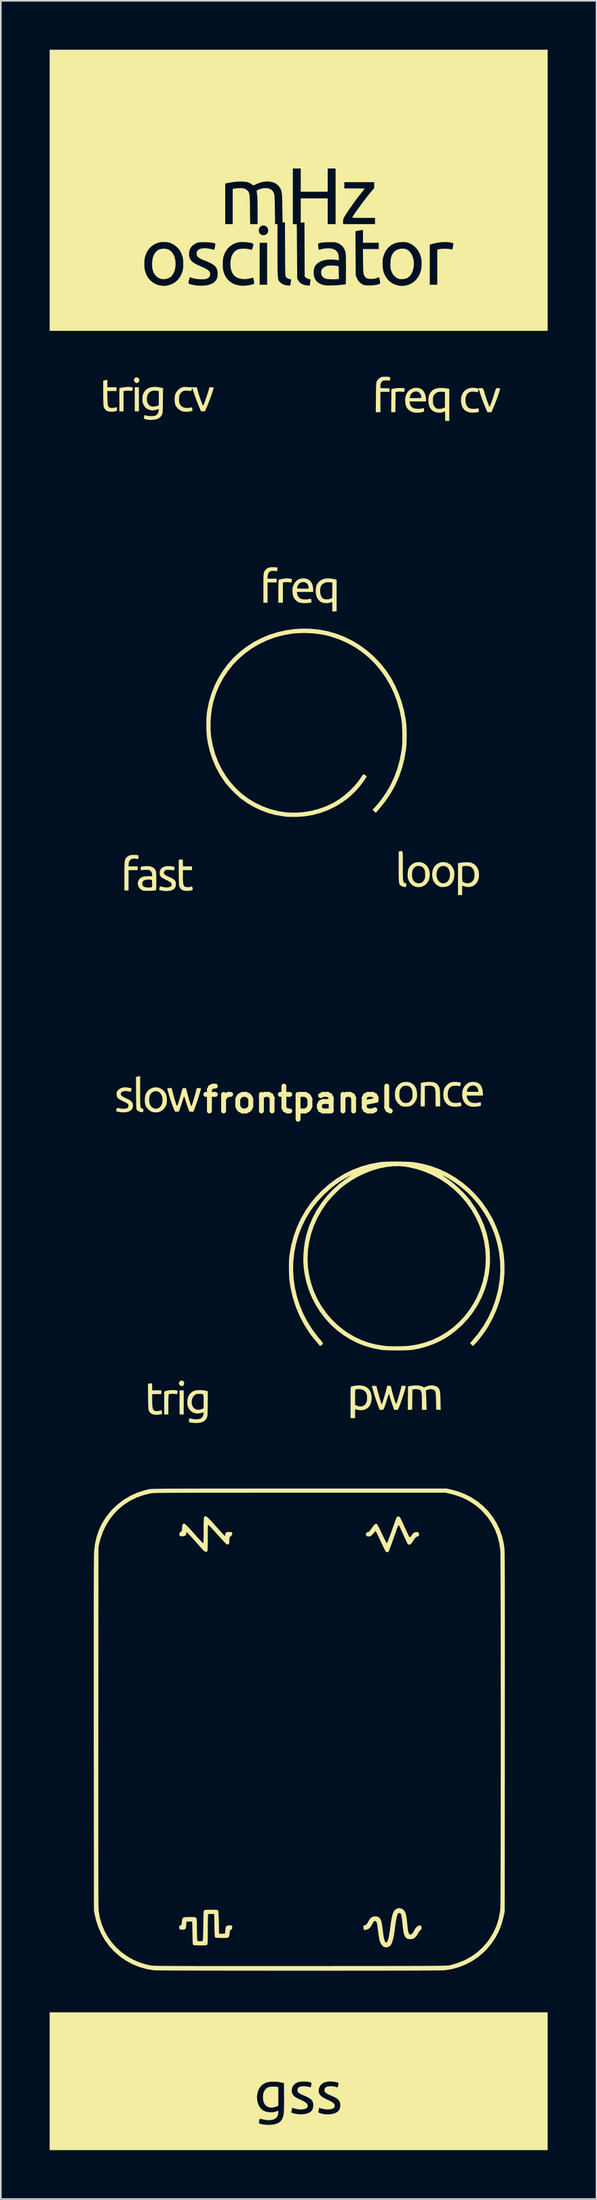
<source format=kicad_pcb>
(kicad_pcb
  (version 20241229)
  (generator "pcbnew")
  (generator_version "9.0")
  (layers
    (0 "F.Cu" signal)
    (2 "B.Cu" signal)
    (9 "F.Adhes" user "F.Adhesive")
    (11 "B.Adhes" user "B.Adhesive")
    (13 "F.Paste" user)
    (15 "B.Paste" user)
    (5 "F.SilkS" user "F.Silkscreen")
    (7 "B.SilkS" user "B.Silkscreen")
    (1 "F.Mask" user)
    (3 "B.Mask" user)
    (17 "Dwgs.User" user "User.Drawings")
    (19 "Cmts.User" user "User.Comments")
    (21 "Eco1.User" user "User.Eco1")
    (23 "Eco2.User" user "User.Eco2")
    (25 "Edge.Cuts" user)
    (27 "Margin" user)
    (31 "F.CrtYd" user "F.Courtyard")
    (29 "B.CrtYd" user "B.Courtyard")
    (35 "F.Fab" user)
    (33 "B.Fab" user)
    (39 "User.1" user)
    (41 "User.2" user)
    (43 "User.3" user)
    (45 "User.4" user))
  (footprint "frontpanel"
    (layer "F.Cu")
    (at 15.286 64.365)
    (property "Reference" "frontpanel" (at 0 0 0) (layer "F.SilkS") (effects (font (size 1.524 1.524) (thickness 0.3))))
    (attr board_only exclude_from_pos_files exclude_from_bom)
    (fp_poly (pts (xy -9.808 -42.198) (xy -10.063 -42.198) (xy -10.063 -43.674) (xy -9.808 -43.674)) (stroke (width 0) (type solid)) (fill yes) (layer "F.SilkS"))
    (fp_poly (pts (xy -7.057 19.292) (xy -7.312 19.292) (xy -7.312 17.816) (xy -7.057 17.816)) (stroke (width 0) (type solid)) (fill yes) (layer "F.SilkS"))
    (fp_poly (pts (xy -7.164 17.217) (xy -7.084 17.248) (xy -7.043 17.299) (xy -7.031 17.382) (xy -7.031 17.385) (xy -7.051 17.477) (xy -7.101 17.536) (xy -7.17 17.558) (xy -7.249 17.538) (xy -7.3 17.499) (xy -7.352 17.423) (xy -7.354 17.349) (xy -7.305 17.273) (xy -7.298 17.265) (xy -7.24 17.22) (xy -7.185 17.213)) (stroke (width 0) (type solid)) (fill yes) (layer "F.SilkS"))
    (fp_poly (pts (xy -9.843 -44.248) (xy -9.796 -44.187) (xy -9.783 -44.124) (xy -9.789 -44.058) (xy -9.802 -44.015) (xy -9.833 -43.986) (xy -9.882 -43.955) (xy -9.926 -43.933) (xy -9.941 -43.93) (xy -9.968 -43.94) (xy -9.987 -43.946) (xy -10.065 -43.997) (xy -10.107 -44.069) (xy -10.11 -44.15) (xy -10.07 -44.227) (xy -10.063 -44.234) (xy -9.991 -44.277) (xy -9.912 -44.28)) (stroke (width 0) (type solid)) (fill yes) (layer "F.SilkS"))
    (fp_poly (pts (xy -10.298 -43.687) (xy -10.242 -43.676) (xy -10.204 -43.66) (xy -10.187 -43.632) (xy -10.189 -43.579) (xy -10.204 -43.502) (xy -10.215 -43.471) (xy -10.238 -43.456) (xy -10.287 -43.454) (xy -10.366 -43.461) (xy -10.474 -43.467) (xy -10.583 -43.464) (xy -10.634 -43.459) (xy -10.751 -43.442) (xy -10.751 -42.198) (xy -11.006 -42.198) (xy -11.006 -43.619) (xy -10.829 -43.659) (xy -10.699 -43.681) (xy -10.556 -43.693) (xy -10.417 -43.695)) (stroke (width 0) (type solid)) (fill yes) (layer "F.SilkS"))
    (fp_poly (pts (xy 6.401 -43.625) (xy 6.452 -43.616) (xy 6.502 -43.595) (xy 6.512 -43.558) (xy 6.507 -43.527) (xy 6.488 -43.444) (xy 6.469 -43.401) (xy 6.437 -43.387) (xy 6.378 -43.394) (xy 6.335 -43.402) (xy 6.19 -43.413) (xy 6.074 -43.403) (xy 5.949 -43.381) (xy 5.942 -42.764) (xy 5.935 -42.147) (xy 5.68 -42.147) (xy 5.694 -43.556) (xy 5.821 -43.591) (xy 5.916 -43.61) (xy 6.037 -43.623) (xy 6.17 -43.631) (xy 6.296 -43.631)) (stroke (width 0) (type solid)) (fill yes) (layer "F.SilkS"))
    (fp_poly (pts (xy -1.449 60.499) (xy -1.346 60.509) (xy -1.328 60.513) (xy -1.248 60.529) (xy -1.248 61.67) (xy -1.357 61.718) (xy -1.492 61.761) (xy -1.635 61.782) (xy -1.768 61.777) (xy -1.841 61.76) (xy -1.957 61.705) (xy -2.043 61.633) (xy -2.114 61.53) (xy -2.141 61.477) (xy -2.171 61.378) (xy -2.188 61.248) (xy -2.191 61.105) (xy -2.179 60.967) (xy -2.152 60.852) (xy -2.152 60.85) (xy -2.089 60.729) (xy -1.998 60.622) (xy -1.892 60.544) (xy -1.867 60.532) (xy -1.796 60.514) (xy -1.691 60.502) (xy -1.57 60.497)) (stroke (width 0) (type solid)) (fill yes) (layer "F.SilkS"))
    (fp_poly (pts (xy -7.635 17.8) (xy -7.579 17.806) (xy -7.495 17.82) (xy -7.45 17.836) (xy -7.433 17.858) (xy -7.433 17.892) (xy -7.444 17.984) (xy -7.46 18.035) (xy -7.489 18.052) (xy -7.539 18.045) (xy -7.56 18.04) (xy -7.634 18.028) (xy -7.73 18.025) (xy -7.831 18.029) (xy -7.917 18.04) (xy -7.972 18.056) (xy -7.972 18.056) (xy -7.982 18.089) (xy -7.99 18.172) (xy -7.996 18.305) (xy -7.999 18.488) (xy -8 18.682) (xy -8 19.292) (xy -8.254 19.292) (xy -8.254 17.891) (xy -8.184 17.864) (xy -8.07 17.832) (xy -7.926 17.81) (xy -7.774 17.798)) (stroke (width 0) (type solid)) (fill yes) (layer "F.SilkS"))
    (fp_poly (pts (xy -0.619 -31.955) (xy -0.592 -31.951) (xy -0.42 -31.928) (xy -0.424 -31.845) (xy -0.432 -31.76) (xy -0.451 -31.716) (xy -0.494 -31.704) (xy -0.57 -31.716) (xy -0.574 -31.717) (xy -0.673 -31.729) (xy -0.785 -31.729) (xy -0.831 -31.725) (xy -0.968 -31.708) (xy -0.968 -30.465) (xy -1.248 -30.465) (xy -1.248 -31.163) (xy -1.248 -31.347) (xy -1.246 -31.513) (xy -1.242 -31.655) (xy -1.238 -31.768) (xy -1.233 -31.843) (xy -1.228 -31.874) (xy -1.227 -31.875) (xy -1.194 -31.885) (xy -1.124 -31.902) (xy -1.029 -31.922) (xy -0.985 -31.931) (xy -0.846 -31.954) (xy -0.731 -31.962)) (stroke (width 0) (type solid)) (fill yes) (layer "F.SilkS"))
    (fp_poly (pts (xy 2.035 -51.137) (xy 2.156 -51.134) (xy 2.265 -51.127) (xy 2.349 -51.118) (xy 2.382 -51.112) (xy 2.458 -51.089) (xy 2.465 -50.706) (xy 2.473 -50.323) (xy 2.392 -50.307) (xy 2.303 -50.297) (xy 2.181 -50.292) (xy 2.043 -50.293) (xy 1.903 -50.299) (xy 1.777 -50.31) (xy 1.68 -50.324) (xy 1.652 -50.331) (xy 1.527 -50.393) (xy 1.437 -50.489) (xy 1.387 -50.612) (xy 1.379 -50.755) (xy 1.383 -50.787) (xy 1.417 -50.895) (xy 1.484 -50.982) (xy 1.593 -51.055) (xy 1.623 -51.071) (xy 1.692 -51.103) (xy 1.754 -51.122) (xy 1.823 -51.133) (xy 1.914 -51.137)) (stroke (width 0) (type solid)) (fill yes) (layer "F.SilkS"))
    (fp_poly (pts (xy -8.094 -52.154) (xy -7.937 -52.093) (xy -7.806 -51.989) (xy -7.698 -51.839) (xy -7.67 -51.785) (xy -7.601 -51.6) (xy -7.563 -51.4) (xy -7.555 -51.193) (xy -7.576 -50.989) (xy -7.625 -50.798) (xy -7.699 -50.63) (xy -7.799 -50.493) (xy -7.846 -50.449) (xy -7.972 -50.373) (xy -8.125 -50.321) (xy -8.285 -50.299) (xy -8.434 -50.31) (xy -8.45 -50.314) (xy -8.614 -50.382) (xy -8.756 -50.492) (xy -8.871 -50.64) (xy -8.927 -50.752) (xy -8.975 -50.914) (xy -8.998 -51.106) (xy -8.998 -51.311) (xy -8.975 -51.512) (xy -8.93 -51.695) (xy -8.9 -51.771) (xy -8.803 -51.935) (xy -8.677 -52.057) (xy -8.524 -52.136) (xy -8.344 -52.172) (xy -8.28 -52.174)) (stroke (width 0) (type solid)) (fill yes) (layer "F.SilkS"))
    (fp_poly (pts (xy 8.241 -1.081) (xy 8.311 -1.068) (xy 8.441 -1.007) (xy 8.55 -0.905) (xy 8.62 -0.79) (xy 8.638 -0.746) (xy 8.652 -0.697) (xy 8.662 -0.635) (xy 8.669 -0.553) (xy 8.675 -0.443) (xy 8.679 -0.296) (xy 8.683 -0.134) (xy 8.693 0.407) (xy 8.407 0.407) (xy 8.407 -0.089) (xy 8.406 -0.293) (xy 8.401 -0.454) (xy 8.39 -0.576) (xy 8.373 -0.667) (xy 8.348 -0.732) (xy 8.314 -0.778) (xy 8.268 -0.812) (xy 8.242 -0.825) (xy 8.148 -0.853) (xy 8.025 -0.865) (xy 7.893 -0.86) (xy 7.824 -0.849) (xy 7.745 -0.834) (xy 7.745 0.407) (xy 7.489 0.407) (xy 7.496 -0.312) (xy 7.503 -1.03) (xy 7.668 -1.061) (xy 7.81 -1.081) (xy 7.964 -1.091) (xy 8.113 -1.091)) (stroke (width 0) (type solid)) (fill yes) (layer "F.SilkS"))
    (fp_poly (pts (xy -1.527 -32.646) (xy -1.425 -32.64) (xy -1.344 -32.63) (xy -1.303 -32.618) (xy -1.293 -32.584) (xy -1.302 -32.515) (xy -1.305 -32.501) (xy -1.331 -32.399) (xy -1.466 -32.415) (xy -1.621 -32.421) (xy -1.739 -32.397) (xy -1.822 -32.339) (xy -1.875 -32.243) (xy -1.903 -32.107) (xy -1.904 -32.092) (xy -1.918 -31.941) (xy -1.35 -31.941) (xy -1.35 -31.712) (xy -1.911 -31.712) (xy -1.911 -30.465) (xy -2.165 -30.465) (xy -2.165 -31.362) (xy -2.165 -31.602) (xy -2.164 -31.797) (xy -2.162 -31.952) (xy -2.159 -32.073) (xy -2.155 -32.164) (xy -2.15 -32.233) (xy -2.142 -32.284) (xy -2.133 -32.323) (xy -2.121 -32.355) (xy -2.118 -32.362) (xy -2.033 -32.488) (xy -1.914 -32.583) (xy -1.801 -32.63) (xy -1.731 -32.641) (xy -1.634 -32.646)) (stroke (width 0) (type solid)) (fill yes) (layer "F.SilkS"))
    (fp_poly (pts (xy -9.732 -0.515) (xy -9.732 -0.259) (xy -9.731 -0.048) (xy -9.729 0.121) (xy -9.724 0.253) (xy -9.717 0.353) (xy -9.707 0.425) (xy -9.694 0.475) (xy -9.676 0.507) (xy -9.653 0.525) (xy -9.624 0.535) (xy -9.598 0.539) (xy -9.547 0.568) (xy -9.529 0.632) (xy -9.539 0.702) (xy -9.561 0.746) (xy -9.608 0.762) (xy -9.637 0.763) (xy -9.723 0.751) (xy -9.796 0.728) (xy -9.868 0.685) (xy -9.923 0.637) (xy -9.936 0.621) (xy -9.947 0.6) (xy -9.955 0.57) (xy -9.962 0.525) (xy -9.967 0.461) (xy -9.971 0.373) (xy -9.974 0.256) (xy -9.977 0.104) (xy -9.979 -0.087) (xy -9.981 -0.323) (xy -9.981 -0.409) (xy -9.988 -1.398) (xy -9.924 -1.412) (xy -9.845 -1.428) (xy -9.796 -1.438) (xy -9.732 -1.452)) (stroke (width 0) (type solid)) (fill yes) (layer "F.SilkS"))
    (fp_poly (pts (xy 6.562 -52.155) (xy 6.609 -52.139) (xy 6.753 -52.052) (xy 6.873 -51.925) (xy 6.968 -51.765) (xy 7.034 -51.577) (xy 7.07 -51.369) (xy 7.071 -51.147) (xy 7.061 -51.048) (xy 7.011 -50.826) (xy 6.931 -50.639) (xy 6.822 -50.49) (xy 6.686 -50.382) (xy 6.643 -50.359) (xy 6.546 -50.328) (xy 6.424 -50.308) (xy 6.298 -50.301) (xy 6.193 -50.31) (xy 6.178 -50.313) (xy 6.015 -50.382) (xy 5.874 -50.493) (xy 5.761 -50.64) (xy 5.681 -50.82) (xy 5.678 -50.832) (xy 5.653 -50.921) (xy 5.639 -51.006) (xy 5.632 -51.1) (xy 5.632 -51.222) (xy 5.635 -51.305) (xy 5.65 -51.501) (xy 5.68 -51.659) (xy 5.73 -51.793) (xy 5.804 -51.913) (xy 5.848 -51.968) (xy 5.955 -52.059) (xy 6.095 -52.127) (xy 6.252 -52.168) (xy 6.413 -52.178)) (stroke (width 0) (type solid)) (fill yes) (layer "F.SilkS"))
    (fp_poly (pts (xy -10.065 -15.009) (xy -9.965 -15.003) (xy -9.885 -14.992) (xy -9.839 -14.977) (xy -9.835 -14.973) (xy -9.828 -14.937) (xy -9.834 -14.873) (xy -9.839 -14.845) (xy -9.856 -14.779) (xy -9.875 -14.753) (xy -9.907 -14.756) (xy -9.926 -14.763) (xy -10.022 -14.783) (xy -10.135 -14.785) (xy -10.24 -14.768) (xy -10.291 -14.75) (xy -10.356 -14.691) (xy -10.408 -14.596) (xy -10.439 -14.481) (xy -10.445 -14.405) (xy -10.445 -14.303) (xy -9.885 -14.303) (xy -9.885 -14.074) (xy -10.445 -14.074) (xy -10.445 -12.827) (xy -10.7 -12.827) (xy -10.7 -13.701) (xy -10.7 -13.96) (xy -10.698 -14.173) (xy -10.694 -14.346) (xy -10.688 -14.484) (xy -10.678 -14.592) (xy -10.663 -14.676) (xy -10.644 -14.741) (xy -10.619 -14.792) (xy -10.588 -14.834) (xy -10.549 -14.873) (xy -10.533 -14.887) (xy -10.45 -14.943) (xy -10.356 -14.987) (xy -10.337 -14.992) (xy -10.265 -15.004) (xy -10.17 -15.009)) (stroke (width 0) (type solid)) (fill yes) (layer "F.SilkS"))
    (fp_poly (pts (xy 5.46 -44.32) (xy 5.549 -44.311) (xy 5.6 -44.298) (xy 5.605 -44.294) (xy 5.622 -44.246) (xy 5.617 -44.173) (xy 5.599 -44.081) (xy 5.43 -44.096) (xy 5.322 -44.1) (xy 5.232 -44.094) (xy 5.191 -44.084) (xy 5.108 -44.026) (xy 5.05 -43.93) (xy 5.021 -43.806) (xy 5.019 -43.757) (xy 5.019 -43.625) (xy 5.293 -43.617) (xy 5.567 -43.61) (xy 5.574 -43.502) (xy 5.582 -43.394) (xy 5.019 -43.394) (xy 5.019 -42.147) (xy 4.735 -42.147) (xy 4.743 -43.044) (xy 4.745 -43.281) (xy 4.748 -43.474) (xy 4.75 -43.626) (xy 4.754 -43.745) (xy 4.758 -43.835) (xy 4.764 -43.903) (xy 4.771 -43.954) (xy 4.781 -43.993) (xy 4.794 -44.026) (xy 4.81 -44.059) (xy 4.811 -44.062) (xy 4.883 -44.17) (xy 4.984 -44.25) (xy 4.989 -44.253) (xy 5.053 -44.287) (xy 5.111 -44.308) (xy 5.181 -44.319) (xy 5.278 -44.322) (xy 5.342 -44.323)) (stroke (width 0) (type solid)) (fill yes) (layer "F.SilkS"))
    (fp_poly (pts (xy -11.745 -43.674) (xy -11.184 -43.674) (xy -11.184 -43.445) (xy -11.75 -43.445) (xy -11.74 -43.006) (xy -11.735 -42.829) (xy -11.728 -42.695) (xy -11.717 -42.598) (xy -11.7 -42.53) (xy -11.676 -42.484) (xy -11.642 -42.452) (xy -11.598 -42.428) (xy -11.488 -42.403) (xy -11.352 -42.414) (xy -11.282 -42.431) (xy -11.218 -42.447) (xy -11.178 -42.451) (xy -11.173 -42.45) (xy -11.164 -42.42) (xy -11.156 -42.359) (xy -11.154 -42.339) (xy -11.152 -42.274) (xy -11.168 -42.24) (xy -11.216 -42.217) (xy -11.248 -42.207) (xy -11.363 -42.185) (xy -11.499 -42.177) (xy -11.63 -42.185) (xy -11.711 -42.2) (xy -11.816 -42.255) (xy -11.904 -42.347) (xy -11.963 -42.462) (xy -11.971 -42.487) (xy -11.98 -42.553) (xy -11.988 -42.665) (xy -11.993 -42.822) (xy -11.997 -43.018) (xy -11.999 -43.251) (xy -11.999 -43.341) (xy -11.999 -44.08) (xy -11.942 -44.092) (xy -11.872 -44.106) (xy -11.815 -44.118) (xy -11.745 -44.133)) (stroke (width 0) (type solid)) (fill yes) (layer "F.SilkS"))
    (fp_poly (pts (xy -9.035 17.384) (xy -9.007 17.407) (xy -8.996 17.463) (xy -8.993 17.558) (xy -8.993 17.599) (xy -8.993 17.816) (xy -8.433 17.816) (xy -8.433 18.045) (xy -8.993 18.045) (xy -8.993 18.415) (xy -8.99 18.621) (xy -8.979 18.782) (xy -8.961 18.902) (xy -8.933 18.986) (xy -8.896 19.04) (xy -8.882 19.051) (xy -8.814 19.077) (xy -8.716 19.087) (xy -8.609 19.081) (xy -8.512 19.06) (xy -8.454 19.043) (xy -8.421 19.041) (xy -8.42 19.042) (xy -8.41 19.071) (xy -8.397 19.132) (xy -8.393 19.155) (xy -8.376 19.259) (xy -8.492 19.288) (xy -8.663 19.315) (xy -8.829 19.312) (xy -8.972 19.28) (xy -9.018 19.26) (xy -9.126 19.181) (xy -9.183 19.101) (xy -9.198 19.069) (xy -9.209 19.035) (xy -9.219 18.991) (xy -9.226 18.932) (xy -9.231 18.852) (xy -9.235 18.745) (xy -9.238 18.604) (xy -9.241 18.425) (xy -9.243 18.207) (xy -9.251 17.415) (xy -9.17 17.399) (xy -9.087 17.384)) (stroke (width 0) (type solid)) (fill yes) (layer "F.SilkS"))
    (fp_poly (pts (xy -7.144 -14.73) (xy -7.119 -14.707) (xy -7.11 -14.654) (xy -7.108 -14.561) (xy -7.108 -14.52) (xy -7.108 -14.303) (xy -6.547 -14.303) (xy -6.547 -14.074) (xy -7.108 -14.074) (xy -7.108 -13.686) (xy -7.105 -13.494) (xy -7.098 -13.345) (xy -7.084 -13.235) (xy -7.063 -13.156) (xy -7.033 -13.102) (xy -6.999 -13.07) (xy -6.935 -13.045) (xy -6.842 -13.033) (xy -6.742 -13.033) (xy -6.655 -13.046) (xy -6.619 -13.059) (xy -6.571 -13.073) (xy -6.539 -13.05) (xy -6.515 -12.984) (xy -6.509 -12.953) (xy -6.502 -12.894) (xy -6.515 -12.863) (xy -6.562 -12.842) (xy -6.593 -12.832) (xy -6.706 -12.81) (xy -6.837 -12.802) (xy -6.966 -12.808) (xy -7.077 -12.827) (xy -7.132 -12.846) (xy -7.242 -12.929) (xy -7.314 -13.045) (xy -7.338 -13.122) (xy -7.344 -13.173) (xy -7.35 -13.267) (xy -7.354 -13.397) (xy -7.358 -13.556) (xy -7.361 -13.735) (xy -7.362 -13.928) (xy -7.362 -13.963) (xy -7.363 -14.704) (xy -7.267 -14.72) (xy -7.191 -14.731)) (stroke (width 0) (type solid)) (fill yes) (layer "F.SilkS"))
    (fp_poly (pts (xy 6.354 -15.237) (xy 6.37 -15.209) (xy 6.382 -15.16) (xy 6.389 -15.085) (xy 6.393 -14.98) (xy 6.395 -14.839) (xy 6.395 -14.659) (xy 6.395 -14.434) (xy 6.395 -14.335) (xy 6.395 -14.081) (xy 6.396 -13.873) (xy 6.399 -13.706) (xy 6.404 -13.575) (xy 6.411 -13.476) (xy 6.422 -13.404) (xy 6.437 -13.353) (xy 6.457 -13.32) (xy 6.483 -13.299) (xy 6.514 -13.285) (xy 6.542 -13.276) (xy 6.596 -13.256) (xy 6.615 -13.228) (xy 6.61 -13.171) (xy 6.608 -13.161) (xy 6.591 -13.081) (xy 6.574 -13.042) (xy 6.553 -13.034) (xy 6.552 -13.034) (xy 6.518 -13.04) (xy 6.455 -13.052) (xy 6.441 -13.055) (xy 6.357 -13.08) (xy 6.282 -13.116) (xy 6.28 -13.118) (xy 6.246 -13.142) (xy 6.217 -13.169) (xy 6.195 -13.204) (xy 6.177 -13.252) (xy 6.163 -13.318) (xy 6.154 -13.406) (xy 6.147 -13.522) (xy 6.143 -13.67) (xy 6.141 -13.856) (xy 6.14 -14.084) (xy 6.14 -14.274) (xy 6.14 -15.213) (xy 6.219 -15.229) (xy 6.265 -15.24) (xy 6.302 -15.247) (xy 6.332 -15.248)) (stroke (width 0) (type solid)) (fill yes) (layer "F.SilkS"))
    (fp_poly (pts (xy 1.984 -31.95) (xy 2.204 -31.909) (xy 2.331 -31.877) (xy 2.331 -29.943) (xy 2.064 -29.928) (xy 2.064 -30.222) (xy 2.063 -30.337) (xy 2.061 -30.431) (xy 2.058 -30.494) (xy 2.054 -30.516) (xy 2.027 -30.507) (xy 1.971 -30.485) (xy 1.953 -30.477) (xy 1.845 -30.45) (xy 1.711 -30.44) (xy 1.573 -30.448) (xy 1.452 -30.472) (xy 1.413 -30.487) (xy 1.335 -30.535) (xy 1.253 -30.604) (xy 1.214 -30.645) (xy 1.127 -30.774) (xy 1.073 -30.922) (xy 1.049 -31.098) (xy 1.049 -31.166) (xy 1.318 -31.166) (xy 1.334 -31.019) (xy 1.368 -30.896) (xy 1.372 -30.888) (xy 1.436 -30.78) (xy 1.519 -30.711) (xy 1.629 -30.678) (xy 1.76 -30.674) (xy 1.882 -30.688) (xy 1.974 -30.715) (xy 1.996 -30.727) (xy 2.064 -30.771) (xy 2.064 -31.707) (xy 1.915 -31.724) (xy 1.747 -31.724) (xy 1.597 -31.687) (xy 1.474 -31.617) (xy 1.384 -31.516) (xy 1.347 -31.437) (xy 1.323 -31.313) (xy 1.318 -31.166) (xy 1.049 -31.166) (xy 1.049 -31.253) (xy 1.058 -31.373) (xy 1.073 -31.461) (xy 1.098 -31.536) (xy 1.137 -31.612) (xy 1.245 -31.755) (xy 1.386 -31.862) (xy 1.558 -31.93) (xy 1.758 -31.96)) (stroke (width 0) (type solid)) (fill yes) (layer "F.SilkS"))
    (fp_poly (pts (xy 9.729 -1.089) (xy 9.848 -1.072) (xy 9.866 -1.068) (xy 9.926 -1.049) (xy 9.953 -1.028) (xy 9.955 -0.989) (xy 9.936 -0.917) (xy 9.934 -0.908) (xy 9.912 -0.845) (xy 9.887 -0.824) (xy 9.864 -0.829) (xy 9.817 -0.84) (xy 9.738 -0.852) (xy 9.653 -0.859) (xy 9.49 -0.853) (xy 9.36 -0.808) (xy 9.262 -0.723) (xy 9.194 -0.598) (xy 9.159 -0.462) (xy 9.149 -0.284) (xy 9.179 -0.12) (xy 9.246 0.02) (xy 9.348 0.13) (xy 9.355 0.135) (xy 9.44 0.174) (xy 9.556 0.196) (xy 9.686 0.2) (xy 9.812 0.183) (xy 9.824 0.18) (xy 9.895 0.164) (xy 9.941 0.158) (xy 9.95 0.159) (xy 9.959 0.187) (xy 9.972 0.247) (xy 9.976 0.272) (xy 9.992 0.376) (xy 9.861 0.405) (xy 9.684 0.428) (xy 9.504 0.426) (xy 9.342 0.399) (xy 9.32 0.393) (xy 9.188 0.328) (xy 9.068 0.225) (xy 8.973 0.097) (xy 8.928 -0.002) (xy 8.892 -0.161) (xy 8.881 -0.337) (xy 8.895 -0.509) (xy 8.933 -0.659) (xy 8.942 -0.682) (xy 9.012 -0.801) (xy 9.11 -0.913) (xy 9.223 -1.004) (xy 9.335 -1.061) (xy 9.344 -1.064) (xy 9.454 -1.085) (xy 9.59 -1.093)) (stroke (width 0) (type solid)) (fill yes) (layer "F.SilkS"))
    (fp_poly (pts (xy 8.851 -43.629) (xy 8.978 -43.619) (xy 9.083 -43.604) (xy 9.101 -43.601) (xy 9.248 -43.568) (xy 9.248 -41.612) (xy 8.993 -41.612) (xy 8.993 -41.905) (xy 8.992 -42.02) (xy 8.99 -42.114) (xy 8.987 -42.176) (xy 8.984 -42.198) (xy 8.956 -42.189) (xy 8.9 -42.166) (xy 8.875 -42.156) (xy 8.732 -42.119) (xy 8.571 -42.115) (xy 8.413 -42.144) (xy 8.305 -42.187) (xy 8.207 -42.25) (xy 8.133 -42.322) (xy 8.069 -42.42) (xy 8.019 -42.521) (xy 7.982 -42.644) (xy 7.963 -42.795) (xy 7.963 -42.879) (xy 8.243 -42.879) (xy 8.243 -42.859) (xy 8.25 -42.712) (xy 8.273 -42.601) (xy 8.316 -42.514) (xy 8.385 -42.438) (xy 8.408 -42.417) (xy 8.463 -42.378) (xy 8.52 -42.358) (xy 8.601 -42.352) (xy 8.645 -42.352) (xy 8.765 -42.361) (xy 8.867 -42.386) (xy 8.891 -42.396) (xy 8.98 -42.44) (xy 8.98 -43.381) (xy 8.84 -43.398) (xy 8.659 -43.402) (xy 8.509 -43.366) (xy 8.387 -43.288) (xy 8.293 -43.169) (xy 8.286 -43.158) (xy 8.261 -43.092) (xy 8.247 -43.003) (xy 8.243 -42.879) (xy 7.963 -42.879) (xy 7.963 -42.955) (xy 7.982 -43.104) (xy 8.016 -43.217) (xy 8.109 -43.377) (xy 8.226 -43.497) (xy 8.372 -43.578) (xy 8.55 -43.622) (xy 8.726 -43.633)) (stroke (width 0) (type solid)) (fill yes) (layer "F.SilkS"))
    (fp_poly (pts (xy 9.096 -14.533) (xy 9.262 -14.451) (xy 9.267 -14.448) (xy 9.35 -14.381) (xy 9.417 -14.298) (xy 9.474 -14.197) (xy 9.52 -14.1) (xy 9.547 -14.02) (xy 9.558 -13.933) (xy 9.561 -13.828) (xy 9.543 -13.614) (xy 9.487 -13.427) (xy 9.395 -13.272) (xy 9.268 -13.151) (xy 9.188 -13.103) (xy 9.093 -13.069) (xy 8.972 -13.047) (xy 8.846 -13.037) (xy 8.736 -13.042) (xy 8.687 -13.053) (xy 8.528 -13.127) (xy 8.396 -13.236) (xy 8.372 -13.263) (xy 8.276 -13.408) (xy 8.218 -13.576) (xy 8.201 -13.729) (xy 8.465 -13.729) (xy 8.495 -13.578) (xy 8.555 -13.451) (xy 8.639 -13.352) (xy 8.743 -13.288) (xy 8.862 -13.262) (xy 8.991 -13.281) (xy 9.027 -13.295) (xy 9.134 -13.366) (xy 9.217 -13.475) (xy 9.272 -13.614) (xy 9.294 -13.773) (xy 9.288 -13.9) (xy 9.249 -14.062) (xy 9.179 -14.19) (xy 9.081 -14.279) (xy 8.957 -14.326) (xy 8.879 -14.333) (xy 8.742 -14.31) (xy 8.629 -14.244) (xy 8.543 -14.138) (xy 8.486 -13.994) (xy 8.469 -13.9) (xy 8.465 -13.729) (xy 8.201 -13.729) (xy 8.195 -13.775) (xy 8.195 -13.827) (xy 8.218 -14.028) (xy 8.282 -14.204) (xy 8.382 -14.351) (xy 8.516 -14.465) (xy 8.68 -14.54) (xy 8.743 -14.557) (xy 8.919 -14.569)) (stroke (width 0) (type solid)) (fill yes) (layer "F.SilkS"))
    (fp_poly (pts (xy 10.494 -14.548) (xy 10.588 -14.532) (xy 10.601 -14.528) (xy 10.762 -14.448) (xy 10.892 -14.331) (xy 10.989 -14.184) (xy 11.052 -14.013) (xy 11.076 -13.824) (xy 11.061 -13.624) (xy 11.019 -13.462) (xy 10.94 -13.304) (xy 10.827 -13.179) (xy 10.687 -13.091) (xy 10.526 -13.043) (xy 10.352 -13.039) (xy 10.184 -13.075) (xy 10.038 -13.125) (xy 10.038 -12.547) (xy 9.783 -12.547) (xy 9.783 -13.846) (xy 10.038 -13.846) (xy 10.038 -13.677) (xy 10.04 -13.552) (xy 10.047 -13.462) (xy 10.06 -13.401) (xy 10.082 -13.361) (xy 10.115 -13.334) (xy 10.162 -13.313) (xy 10.209 -13.296) (xy 10.343 -13.265) (xy 10.464 -13.275) (xy 10.572 -13.317) (xy 10.673 -13.391) (xy 10.743 -13.494) (xy 10.784 -13.633) (xy 10.795 -13.725) (xy 10.791 -13.904) (xy 10.752 -14.059) (xy 10.679 -14.183) (xy 10.575 -14.272) (xy 10.53 -14.294) (xy 10.46 -14.312) (xy 10.362 -14.324) (xy 10.253 -14.329) (xy 10.154 -14.326) (xy 10.084 -14.316) (xy 10.078 -14.313) (xy 10.063 -14.302) (xy 10.053 -14.275) (xy 10.045 -14.226) (xy 10.041 -14.148) (xy 10.038 -14.034) (xy 10.038 -13.878) (xy 10.038 -13.846) (xy 9.783 -13.846) (xy 9.783 -14.498) (xy 9.945 -14.528) (xy 10.077 -14.546) (xy 10.223 -14.555) (xy 10.367 -14.556)) (stroke (width 0) (type solid)) (fill yes) (layer "F.SilkS"))
    (fp_poly (pts (xy -8.626 -0.743) (xy -8.473 -0.686) (xy -8.34 -0.601) (xy -8.319 -0.583) (xy -8.212 -0.463) (xy -8.141 -0.327) (xy -8.101 -0.166) (xy -8.09 0.013) (xy -8.091 0.131) (xy -8.099 0.217) (xy -8.118 0.289) (xy -8.149 0.364) (xy -8.16 0.387) (xy -8.265 0.549) (xy -8.399 0.67) (xy -8.557 0.748) (xy -8.734 0.781) (xy -8.925 0.766) (xy -8.955 0.76) (xy -9.088 0.706) (xy -9.216 0.613) (xy -9.323 0.493) (xy -9.362 0.431) (xy -9.4 0.352) (xy -9.424 0.279) (xy -9.438 0.191) (xy -9.446 0.072) (xy -9.447 0.064) (xy -9.445 0.019) (xy -9.178 0.019) (xy -9.162 0.197) (xy -9.113 0.338) (xy -9.031 0.443) (xy -8.943 0.503) (xy -8.859 0.542) (xy -8.794 0.557) (xy -8.726 0.551) (xy -8.658 0.534) (xy -8.545 0.477) (xy -8.455 0.38) (xy -8.392 0.249) (xy -8.36 0.09) (xy -8.357 0.013) (xy -8.374 -0.156) (xy -8.424 -0.299) (xy -8.501 -0.412) (xy -8.602 -0.489) (xy -8.721 -0.526) (xy -8.835 -0.522) (xy -8.966 -0.474) (xy -9.067 -0.386) (xy -9.136 -0.261) (xy -9.173 -0.098) (xy -9.178 0.019) (xy -9.445 0.019) (xy -9.441 -0.143) (xy -9.401 -0.317) (xy -9.327 -0.465) (xy -9.238 -0.571) (xy -9.119 -0.661) (xy -8.974 -0.727) (xy -8.825 -0.761) (xy -8.778 -0.764)) (stroke (width 0) (type solid)) (fill yes) (layer "F.SilkS"))
    (fp_poly (pts (xy 3.79 17.515) (xy 3.991 17.547) (xy 4.159 17.618) (xy 4.294 17.727) (xy 4.395 17.873) (xy 4.446 18.003) (xy 4.48 18.19) (xy 4.478 18.385) (xy 4.442 18.573) (xy 4.373 18.739) (xy 4.357 18.765) (xy 4.251 18.887) (xy 4.114 18.974) (xy 3.955 19.024) (xy 3.781 19.035) (xy 3.601 19.005) (xy 3.509 18.974) (xy 3.49 18.97) (xy 3.477 18.982) (xy 3.47 19.019) (xy 3.466 19.088) (xy 3.465 19.198) (xy 3.465 19.238) (xy 3.465 19.521) (xy 3.185 19.521) (xy 3.185 18.555) (xy 3.185 18.308) (xy 3.185 18.106) (xy 3.186 18.044) (xy 3.465 18.044) (xy 3.465 18.208) (xy 3.465 18.24) (xy 3.465 18.709) (xy 3.573 18.758) (xy 3.72 18.801) (xy 3.865 18.8) (xy 3.956 18.773) (xy 4.068 18.702) (xy 4.145 18.598) (xy 4.19 18.457) (xy 4.203 18.289) (xy 4.195 18.134) (xy 4.166 18.015) (xy 4.113 17.921) (xy 4.068 17.871) (xy 3.959 17.792) (xy 3.828 17.75) (xy 3.694 17.74) (xy 3.616 17.739) (xy 3.557 17.743) (xy 3.516 17.756) (xy 3.489 17.787) (xy 3.474 17.841) (xy 3.467 17.924) (xy 3.465 18.044) (xy 3.186 18.044) (xy 3.186 17.946) (xy 3.188 17.822) (xy 3.192 17.73) (xy 3.196 17.664) (xy 3.202 17.621) (xy 3.209 17.595) (xy 3.219 17.582) (xy 3.229 17.577) (xy 3.407 17.538) (xy 3.604 17.517) (xy 3.79 17.515)) (stroke (width 0) (type solid)) (fill yes) (layer "F.SilkS"))
    (fp_poly (pts (xy 7.528 -14.552) (xy 7.681 -14.495) (xy 7.816 -14.394) (xy 7.859 -14.35) (xy 7.957 -14.214) (xy 8.019 -14.062) (xy 8.048 -13.884) (xy 8.051 -13.791) (xy 8.029 -13.592) (xy 7.969 -13.416) (xy 7.875 -13.269) (xy 7.752 -13.153) (xy 7.605 -13.074) (xy 7.439 -13.034) (xy 7.259 -13.039) (xy 7.161 -13.061) (xy 7.006 -13.13) (xy 6.878 -13.242) (xy 6.776 -13.398) (xy 6.772 -13.406) (xy 6.731 -13.495) (xy 6.706 -13.567) (xy 6.693 -13.642) (xy 6.689 -13.739) (xy 6.689 -13.807) (xy 6.693 -13.867) (xy 6.956 -13.867) (xy 6.961 -13.696) (xy 6.997 -13.537) (xy 7.06 -13.41) (xy 7.144 -13.331) (xy 7.255 -13.282) (xy 7.379 -13.266) (xy 7.5 -13.284) (xy 7.588 -13.328) (xy 7.641 -13.381) (xy 7.695 -13.457) (xy 7.714 -13.49) (xy 7.743 -13.553) (xy 7.76 -13.614) (xy 7.767 -13.69) (xy 7.767 -13.795) (xy 7.765 -13.835) (xy 7.759 -13.953) (xy 7.749 -14.035) (xy 7.73 -14.095) (xy 7.701 -14.148) (xy 7.695 -14.157) (xy 7.622 -14.245) (xy 7.539 -14.3) (xy 7.436 -14.327) (xy 7.297 -14.332) (xy 7.29 -14.332) (xy 7.206 -14.307) (xy 7.12 -14.245) (xy 7.045 -14.16) (xy 6.992 -14.062) (xy 6.983 -14.036) (xy 6.956 -13.867) (xy 6.693 -13.867) (xy 6.704 -14.005) (xy 6.747 -14.167) (xy 6.823 -14.302) (xy 6.907 -14.392) (xy 7.046 -14.493) (xy 7.196 -14.55) (xy 7.35 -14.567)) (stroke (width 0) (type solid)) (fill yes) (layer "F.SilkS"))
    (fp_poly (pts (xy 10.893 -1.074) (xy 11.04 -1.014) (xy 11.155 -0.913) (xy 11.239 -0.774) (xy 11.29 -0.595) (xy 11.306 -0.455) (xy 11.318 -0.255) (xy 10.318 -0.255) (xy 10.318 -0.196) (xy 10.329 -0.139) (xy 10.358 -0.062) (xy 10.375 -0.024) (xy 10.457 0.084) (xy 10.573 0.158) (xy 10.718 0.198) (xy 10.887 0.202) (xy 11.046 0.175) (xy 11.117 0.16) (xy 11.164 0.156) (xy 11.173 0.158) (xy 11.182 0.189) (xy 11.189 0.251) (xy 11.191 0.269) (xy 11.192 0.33) (xy 11.177 0.364) (xy 11.134 0.384) (xy 11.082 0.399) (xy 10.991 0.415) (xy 10.873 0.425) (xy 10.747 0.428) (xy 10.631 0.424) (xy 10.541 0.414) (xy 10.522 0.409) (xy 10.354 0.334) (xy 10.221 0.222) (xy 10.122 0.075) (xy 10.061 -0.105) (xy 10.038 -0.314) (xy 10.038 -0.333) (xy 10.054 -0.529) (xy 10.058 -0.542) (xy 10.324 -0.542) (xy 10.331 -0.512) (xy 10.365 -0.495) (xy 10.433 -0.486) (xy 10.539 -0.484) (xy 10.678 -0.484) (xy 11.038 -0.484) (xy 11.025 -0.583) (xy 10.986 -0.712) (xy 10.912 -0.804) (xy 10.805 -0.859) (xy 10.691 -0.874) (xy 10.564 -0.85) (xy 10.457 -0.781) (xy 10.376 -0.672) (xy 10.366 -0.652) (xy 10.338 -0.587) (xy 10.324 -0.542) (xy 10.058 -0.542) (xy 10.105 -0.695) (xy 10.194 -0.84) (xy 10.254 -0.907) (xy 10.362 -1.002) (xy 10.471 -1.061) (xy 10.599 -1.089) (xy 10.715 -1.094)) (stroke (width 0) (type solid)) (fill yes) (layer "F.SilkS"))
    (fp_poly (pts (xy 7.324 -43.638) (xy 7.479 -43.592) (xy 7.608 -43.504) (xy 7.707 -43.376) (xy 7.776 -43.21) (xy 7.812 -43.008) (xy 7.812 -43.006) (xy 7.829 -42.808) (xy 6.803 -42.808) (xy 6.819 -42.726) (xy 6.86 -42.58) (xy 6.925 -42.475) (xy 7.021 -42.405) (xy 7.152 -42.366) (xy 7.271 -42.354) (xy 7.383 -42.353) (xy 7.489 -42.36) (xy 7.568 -42.373) (xy 7.573 -42.375) (xy 7.637 -42.392) (xy 7.676 -42.398) (xy 7.681 -42.397) (xy 7.688 -42.369) (xy 7.696 -42.309) (xy 7.698 -42.287) (xy 7.7 -42.221) (xy 7.683 -42.186) (xy 7.636 -42.163) (xy 7.617 -42.157) (xy 7.495 -42.13) (xy 7.346 -42.116) (xy 7.193 -42.117) (xy 7.12 -42.123) (xy 6.944 -42.169) (xy 6.792 -42.256) (xy 6.67 -42.379) (xy 6.615 -42.468) (xy 6.589 -42.536) (xy 6.564 -42.632) (xy 6.549 -42.71) (xy 6.536 -42.919) (xy 6.548 -43.012) (xy 6.821 -43.012) (xy 7.181 -43.012) (xy 7.323 -43.012) (xy 7.421 -43.014) (xy 7.485 -43.018) (xy 7.52 -43.026) (xy 7.536 -43.039) (xy 7.54 -43.058) (xy 7.54 -43.069) (xy 7.53 -43.128) (xy 7.503 -43.205) (xy 7.492 -43.233) (xy 7.423 -43.332) (xy 7.332 -43.394) (xy 7.228 -43.419) (xy 7.12 -43.41) (xy 7.017 -43.369) (xy 6.928 -43.297) (xy 6.863 -43.197) (xy 6.836 -43.101) (xy 6.821 -43.012) (xy 6.548 -43.012) (xy 6.562 -43.111) (xy 6.626 -43.282) (xy 6.723 -43.425) (xy 6.85 -43.537) (xy 7.003 -43.611) (xy 7.143 -43.641)) (stroke (width 0) (type solid)) (fill yes) (layer "F.SilkS"))
    (fp_poly (pts (xy 7.375 17.523) (xy 7.505 17.546) (xy 7.599 17.583) (xy 7.6 17.584) (xy 7.695 17.642) (xy 7.816 17.586) (xy 7.962 17.535) (xy 8.119 17.514) (xy 8.273 17.521) (xy 8.411 17.555) (xy 8.523 17.615) (xy 8.555 17.645) (xy 8.598 17.696) (xy 8.632 17.75) (xy 8.658 17.815) (xy 8.676 17.897) (xy 8.69 18.004) (xy 8.699 18.143) (xy 8.705 18.321) (xy 8.708 18.46) (xy 8.719 19.015) (xy 8.582 19.007) (xy 8.445 18.999) (xy 8.433 18.463) (xy 8.428 18.28) (xy 8.423 18.14) (xy 8.416 18.037) (xy 8.408 17.963) (xy 8.398 17.912) (xy 8.384 17.876) (xy 8.374 17.858) (xy 8.298 17.786) (xy 8.191 17.746) (xy 8.063 17.74) (xy 7.925 17.77) (xy 7.896 17.781) (xy 7.831 17.811) (xy 7.806 17.839) (xy 7.809 17.876) (xy 7.809 17.876) (xy 7.815 17.917) (xy 7.821 18.001) (xy 7.827 18.118) (xy 7.833 18.261) (xy 7.838 18.421) (xy 7.84 18.471) (xy 7.853 19.012) (xy 7.566 19.012) (xy 7.566 18.522) (xy 7.565 18.317) (xy 7.56 18.157) (xy 7.551 18.035) (xy 7.537 17.944) (xy 7.517 17.878) (xy 7.49 17.83) (xy 7.465 17.803) (xy 7.401 17.77) (xy 7.305 17.749) (xy 7.193 17.74) (xy 7.084 17.748) (xy 7.072 17.75) (xy 6.981 17.767) (xy 6.975 18.383) (xy 6.968 18.999) (xy 6.7 19.015) (xy 6.706 18.294) (xy 6.713 17.574) (xy 6.891 17.541) (xy 7.055 17.519) (xy 7.22 17.513)) (stroke (width 0) (type solid)) (fill yes) (layer "F.SilkS"))
    (fp_poly (pts (xy 0.408 -31.954) (xy 0.565 -31.906) (xy 0.694 -31.817) (xy 0.793 -31.691) (xy 0.859 -31.53) (xy 0.89 -31.338) (xy 0.892 -31.275) (xy 0.892 -31.126) (xy -0.109 -31.126) (xy -0.094 -31.02) (xy -0.055 -30.892) (xy 0.029 -30.781) (xy 0.086 -30.734) (xy 0.157 -30.702) (xy 0.262 -30.68) (xy 0.384 -30.67) (xy 0.508 -30.671) (xy 0.618 -30.686) (xy 0.643 -30.693) (xy 0.708 -30.709) (xy 0.748 -30.715) (xy 0.753 -30.714) (xy 0.762 -30.685) (xy 0.775 -30.625) (xy 0.779 -30.601) (xy 0.795 -30.498) (xy 0.679 -30.468) (xy 0.574 -30.451) (xy 0.444 -30.443) (xy 0.305 -30.443) (xy 0.176 -30.452) (xy 0.073 -30.469) (xy 0.045 -30.478) (xy -0.11 -30.56) (xy -0.234 -30.683) (xy -0.293 -30.774) (xy -0.33 -30.851) (xy -0.354 -30.928) (xy -0.368 -31.021) (xy -0.376 -31.137) (xy -0.38 -31.26) (xy -0.375 -31.352) (xy -0.366 -31.4) (xy -0.101 -31.4) (xy -0.096 -31.365) (xy -0.063 -31.344) (xy 0.005 -31.334) (xy 0.112 -31.33) (xy 0.255 -31.33) (xy 0.611 -31.33) (xy 0.611 -31.408) (xy 0.588 -31.531) (xy 0.525 -31.632) (xy 0.429 -31.703) (xy 0.311 -31.736) (xy 0.283 -31.737) (xy 0.149 -31.716) (xy 0.042 -31.652) (xy -0.039 -31.544) (xy -0.047 -31.528) (xy -0.083 -31.453) (xy -0.101 -31.4) (xy -0.366 -31.4) (xy -0.36 -31.431) (xy -0.332 -31.515) (xy -0.331 -31.517) (xy -0.243 -31.689) (xy -0.127 -31.82) (xy 0.018 -31.909) (xy 0.191 -31.955) (xy 0.227 -31.959)) (stroke (width 0) (type solid)) (fill yes) (layer "F.SilkS"))
    (fp_poly (pts (xy 6.711 -1.086) (xy 6.872 -1.041) (xy 6.9 -1.028) (xy 7.047 -0.928) (xy 7.158 -0.793) (xy 7.232 -0.624) (xy 7.267 -0.423) (xy 7.271 -0.331) (xy 7.268 -0.208) (xy 7.256 -0.116) (xy 7.232 -0.035) (xy 7.206 0.026) (xy 7.114 0.18) (xy 6.998 0.304) (xy 6.895 0.374) (xy 6.816 0.4) (xy 6.705 0.417) (xy 6.58 0.424) (xy 6.459 0.421) (xy 6.361 0.406) (xy 6.344 0.401) (xy 6.252 0.352) (xy 6.153 0.27) (xy 6.06 0.169) (xy 5.987 0.062) (xy 5.953 -0.011) (xy 5.92 -0.161) (xy 5.91 -0.333) (xy 5.912 -0.352) (xy 6.182 -0.352) (xy 6.185 -0.217) (xy 6.199 -0.12) (xy 6.233 -0.034) (xy 6.292 0.057) (xy 6.364 0.134) (xy 6.431 0.179) (xy 6.534 0.2) (xy 6.652 0.195) (xy 6.76 0.165) (xy 6.777 0.157) (xy 6.849 0.101) (xy 6.915 0.02) (xy 6.93 -0.003) (xy 6.962 -0.068) (xy 6.982 -0.133) (xy 6.991 -0.215) (xy 6.993 -0.33) (xy 6.993 -0.331) (xy 6.978 -0.519) (xy 6.933 -0.666) (xy 6.859 -0.771) (xy 6.754 -0.836) (xy 6.62 -0.86) (xy 6.566 -0.859) (xy 6.473 -0.848) (xy 6.409 -0.826) (xy 6.35 -0.782) (xy 6.331 -0.764) (xy 6.27 -0.691) (xy 6.223 -0.613) (xy 6.213 -0.588) (xy 6.191 -0.483) (xy 6.182 -0.352) (xy 5.912 -0.352) (xy 5.923 -0.506) (xy 5.958 -0.658) (xy 5.963 -0.672) (xy 6.03 -0.797) (xy 6.128 -0.913) (xy 6.244 -1.007) (xy 6.363 -1.064) (xy 6.363 -1.064) (xy 6.536 -1.094)) (stroke (width 0) (type solid)) (fill yes) (layer "F.SilkS"))
    (fp_poly (pts (xy -10.58 -0.757) (xy -10.452 -0.739) (xy -10.425 -0.735) (xy -10.261 -0.706) (xy -10.275 -0.606) (xy -10.286 -0.539) (xy -10.298 -0.497) (xy -10.301 -0.492) (xy -10.331 -0.491) (xy -10.39 -0.502) (xy -10.411 -0.507) (xy -10.55 -0.532) (xy -10.679 -0.532) (xy -10.79 -0.508) (xy -10.873 -0.463) (xy -10.918 -0.399) (xy -10.92 -0.392) (xy -10.921 -0.324) (xy -10.886 -0.26) (xy -10.81 -0.198) (xy -10.691 -0.133) (xy -10.598 -0.091) (xy -10.435 -0.014) (xy -10.317 0.061) (xy -10.237 0.141) (xy -10.191 0.23) (xy -10.177 0.29) (xy -10.176 0.436) (xy -10.22 0.559) (xy -10.309 0.658) (xy -10.425 0.724) (xy -10.547 0.758) (xy -10.698 0.775) (xy -10.859 0.774) (xy -11.012 0.755) (xy -11.028 0.751) (xy -11.113 0.731) (xy -11.175 0.714) (xy -11.201 0.705) (xy -11.202 0.676) (xy -11.194 0.617) (xy -11.189 0.596) (xy -11.175 0.541) (xy -11.152 0.51) (xy -11.112 0.502) (xy -11.042 0.513) (xy -10.955 0.535) (xy -10.848 0.552) (xy -10.732 0.553) (xy -10.621 0.542) (xy -10.533 0.517) (xy -10.494 0.495) (xy -10.456 0.431) (xy -10.447 0.351) (xy -10.468 0.277) (xy -10.49 0.248) (xy -10.53 0.222) (xy -10.605 0.18) (xy -10.705 0.129) (xy -10.804 0.081) (xy -10.952 0.006) (xy -11.056 -0.059) (xy -11.115 -0.11) (xy -11.119 -0.117) (xy -11.162 -0.214) (xy -11.182 -0.331) (xy -11.175 -0.439) (xy -11.174 -0.443) (xy -11.126 -0.542) (xy -11.041 -0.632) (xy -10.933 -0.702) (xy -10.871 -0.725) (xy -10.771 -0.751) (xy -10.68 -0.761)) (stroke (width 0) (type solid)) (fill yes) (layer "F.SilkS"))
    (fp_poly (pts (xy -7.898 -14.318) (xy -7.796 -14.307) (xy -7.706 -14.293) (xy -7.643 -14.277) (xy -7.624 -14.267) (xy -7.62 -14.237) (xy -7.626 -14.176) (xy -7.63 -14.15) (xy -7.645 -14.084) (xy -7.663 -14.058) (xy -7.696 -14.06) (xy -7.703 -14.062) (xy -7.755 -14.073) (xy -7.84 -14.083) (xy -7.94 -14.092) (xy -7.949 -14.092) (xy -8.051 -14.097) (xy -8.118 -14.093) (xy -8.166 -14.078) (xy -8.209 -14.05) (xy -8.21 -14.049) (xy -8.267 -13.978) (xy -8.277 -13.897) (xy -8.24 -13.819) (xy -8.222 -13.8) (xy -8.17 -13.764) (xy -8.088 -13.719) (xy -7.99 -13.674) (xy -7.977 -13.668) (xy -7.814 -13.596) (xy -7.695 -13.528) (xy -7.614 -13.459) (xy -7.564 -13.382) (xy -7.54 -13.291) (xy -7.535 -13.209) (xy -7.557 -13.066) (xy -7.62 -12.952) (xy -7.722 -12.87) (xy -7.86 -12.821) (xy -7.899 -12.814) (xy -8.014 -12.8) (xy -8.093 -12.792) (xy -8.152 -12.79) (xy -8.203 -12.793) (xy -8.216 -12.794) (xy -8.286 -12.804) (xy -8.379 -12.82) (xy -8.428 -12.829) (xy -8.564 -12.857) (xy -8.546 -12.963) (xy -8.534 -13.031) (xy -8.523 -13.073) (xy -8.521 -13.078) (xy -8.494 -13.077) (xy -8.431 -13.065) (xy -8.345 -13.045) (xy -8.339 -13.043) (xy -8.188 -13.017) (xy -8.052 -13.014) (xy -7.938 -13.033) (xy -7.853 -13.073) (xy -7.804 -13.131) (xy -7.796 -13.173) (xy -7.802 -13.232) (xy -7.825 -13.282) (xy -7.872 -13.329) (xy -7.95 -13.381) (xy -8.065 -13.441) (xy -8.143 -13.479) (xy -8.29 -13.553) (xy -8.396 -13.617) (xy -8.467 -13.678) (xy -8.509 -13.743) (xy -8.529 -13.82) (xy -8.534 -13.909) (xy -8.512 -14.048) (xy -8.448 -14.162) (xy -8.342 -14.247) (xy -8.199 -14.302) (xy -8.078 -14.322) (xy -7.997 -14.323)) (stroke (width 0) (type solid)) (fill yes) (layer "F.SilkS"))
    (fp_poly (pts (xy -9.042 -14.287) (xy -8.91 -14.219) (xy -8.815 -14.116) (xy -8.787 -14.064) (xy -8.771 -14.024) (xy -8.759 -13.977) (xy -8.75 -13.916) (xy -8.745 -13.834) (xy -8.741 -13.722) (xy -8.739 -13.574) (xy -8.739 -13.408) (xy -8.74 -13.204) (xy -8.743 -13.048) (xy -8.748 -12.937) (xy -8.756 -12.868) (xy -8.767 -12.839) (xy -8.768 -12.838) (xy -8.803 -12.83) (xy -8.878 -12.823) (xy -8.985 -12.816) (xy -9.112 -12.811) (xy -9.156 -12.809) (xy -9.304 -12.806) (xy -9.411 -12.806) (xy -9.488 -12.811) (xy -9.546 -12.821) (xy -9.595 -12.837) (xy -9.619 -12.848) (xy -9.735 -12.928) (xy -9.818 -13.035) (xy -9.866 -13.16) (xy -9.874 -13.261) (xy -9.605 -13.261) (xy -9.588 -13.158) (xy -9.536 -13.084) (xy -9.445 -13.036) (xy -9.312 -13.012) (xy -9.235 -13.008) (xy -9.148 -13.01) (xy -9.073 -13.017) (xy -9.05 -13.022) (xy -9.022 -13.032) (xy -9.005 -13.052) (xy -8.997 -13.092) (xy -8.996 -13.163) (xy -8.999 -13.256) (xy -9.006 -13.475) (xy -9.121 -13.495) (xy -9.24 -13.502) (xy -9.364 -13.487) (xy -9.473 -13.453) (xy -9.547 -13.407) (xy -9.595 -13.33) (xy -9.605 -13.261) (xy -9.874 -13.261) (xy -9.876 -13.292) (xy -9.846 -13.421) (xy -9.778 -13.529) (xy -9.683 -13.611) (xy -9.564 -13.665) (xy -9.412 -13.695) (xy -9.229 -13.703) (xy -8.993 -13.7) (xy -8.993 -13.792) (xy -9.012 -13.895) (xy -9.062 -13.991) (xy -9.132 -14.06) (xy -9.165 -14.078) (xy -9.221 -14.088) (xy -9.311 -14.093) (xy -9.419 -14.092) (xy -9.527 -14.087) (xy -9.621 -14.077) (xy -9.656 -14.07) (xy -9.682 -14.079) (xy -9.697 -14.125) (xy -9.701 -14.166) (xy -9.703 -14.22) (xy -9.693 -14.257) (xy -9.663 -14.282) (xy -9.605 -14.298) (xy -9.511 -14.31) (xy -9.409 -14.32) (xy -9.209 -14.321)) (stroke (width 0) (type solid)) (fill yes) (layer "F.SilkS"))
    (fp_poly (pts (xy -8.75 -43.696) (xy -8.665 -43.689) (xy -8.57 -43.673) (xy -8.448 -43.648) (xy -8.386 -43.634) (xy -8.327 -43.621) (xy -8.335 -42.852) (xy -8.338 -42.633) (xy -8.341 -42.459) (xy -8.344 -42.323) (xy -8.348 -42.22) (xy -8.353 -42.144) (xy -8.361 -42.088) (xy -8.37 -42.046) (xy -8.383 -42.012) (xy -8.398 -41.981) (xy -8.482 -41.858) (xy -8.584 -41.774) (xy -8.687 -41.727) (xy -8.786 -41.702) (xy -8.915 -41.684) (xy -9.051 -41.674) (xy -9.174 -41.674) (xy -9.235 -41.68) (xy -9.313 -41.695) (xy -9.401 -41.715) (xy -9.41 -41.717) (xy -9.472 -41.736) (xy -9.497 -41.76) (xy -9.498 -41.807) (xy -9.492 -41.848) (xy -9.479 -41.916) (xy -9.468 -41.958) (xy -9.465 -41.964) (xy -9.437 -41.963) (xy -9.38 -41.948) (xy -9.358 -41.941) (xy -9.266 -41.92) (xy -9.148 -41.909) (xy -9.023 -41.907) (xy -8.906 -41.914) (xy -8.813 -41.93) (xy -8.779 -41.943) (xy -8.682 -42.018) (xy -8.621 -42.128) (xy -8.597 -42.229) (xy -8.58 -42.35) (xy -8.665 -42.315) (xy -8.854 -42.264) (xy -9.046 -42.264) (xy -9.105 -42.273) (xy -9.268 -42.329) (xy -9.398 -42.423) (xy -9.499 -42.559) (xy -9.519 -42.597) (xy -9.557 -42.681) (xy -9.579 -42.756) (xy -9.589 -42.843) (xy -9.592 -42.959) (xy -9.592 -42.961) (xy -9.591 -43.01) (xy -9.32 -43.01) (xy -9.313 -42.844) (xy -9.27 -42.701) (xy -9.193 -42.589) (xy -9.085 -42.513) (xy -9.085 -42.512) (xy -8.991 -42.49) (xy -8.875 -42.488) (xy -8.756 -42.507) (xy -8.665 -42.54) (xy -8.586 -42.581) (xy -8.586 -43.438) (xy -8.665 -43.454) (xy -8.851 -43.473) (xy -9.009 -43.451) (xy -9.137 -43.389) (xy -9.233 -43.29) (xy -9.295 -43.153) (xy -9.32 -43.01) (xy -9.591 -43.01) (xy -9.589 -43.079) (xy -9.579 -43.166) (xy -9.557 -43.241) (xy -9.52 -43.323) (xy -9.421 -43.475) (xy -9.291 -43.588) (xy -9.13 -43.661) (xy -8.937 -43.695) (xy -8.843 -43.699)) (stroke (width 0) (type solid)) (fill yes) (layer "F.SilkS"))
    (fp_poly (pts (xy -5.902 17.808) (xy -5.758 17.827) (xy -5.712 17.838) (xy -5.577 17.872) (xy -5.584 18.64) (xy -5.587 18.858) (xy -5.589 19.031) (xy -5.592 19.166) (xy -5.595 19.268) (xy -5.601 19.344) (xy -5.608 19.401) (xy -5.618 19.444) (xy -5.631 19.48) (xy -5.648 19.515) (xy -5.657 19.534) (xy -5.739 19.649) (xy -5.852 19.732) (xy -5.999 19.786) (xy -6.187 19.813) (xy -6.234 19.816) (xy -6.357 19.816) (xy -6.481 19.809) (xy -6.582 19.797) (xy -6.598 19.794) (xy -6.739 19.763) (xy -6.733 19.651) (xy -6.729 19.582) (xy -6.723 19.539) (xy -6.721 19.533) (xy -6.694 19.534) (xy -6.631 19.545) (xy -6.547 19.563) (xy -6.389 19.588) (xy -6.231 19.591) (xy -6.223 19.59) (xy -6.075 19.565) (xy -5.967 19.512) (xy -5.894 19.427) (xy -5.851 19.306) (xy -5.844 19.269) (xy -5.835 19.2) (xy -5.839 19.171) (xy -5.863 19.169) (xy -5.888 19.176) (xy -6.035 19.217) (xy -6.155 19.235) (xy -6.264 19.233) (xy -6.338 19.221) (xy -6.504 19.165) (xy -6.637 19.074) (xy -6.739 18.943) (xy -6.761 18.902) (xy -6.803 18.813) (xy -6.826 18.731) (xy -6.836 18.636) (xy -6.838 18.56) (xy -6.833 18.501) (xy -6.57 18.501) (xy -6.562 18.641) (xy -6.518 18.784) (xy -6.439 18.895) (xy -6.332 18.971) (xy -6.204 19.007) (xy -6.062 19) (xy -5.942 18.962) (xy -5.834 18.913) (xy -5.834 18.491) (xy -5.834 18.327) (xy -5.836 18.208) (xy -5.845 18.126) (xy -5.864 18.074) (xy -5.898 18.046) (xy -5.95 18.034) (xy -6.025 18.032) (xy -6.106 18.032) (xy -6.215 18.035) (xy -6.288 18.048) (xy -6.344 18.073) (xy -6.361 18.085) (xy -6.471 18.197) (xy -6.541 18.338) (xy -6.57 18.501) (xy -6.833 18.501) (xy -6.821 18.347) (xy -6.765 18.167) (xy -6.67 18.02) (xy -6.537 17.905) (xy -6.447 17.857) (xy -6.347 17.826) (xy -6.212 17.808) (xy -6.059 17.801)) (stroke (width 0) (type solid)) (fill yes) (layer "F.SilkS"))
    (fp_poly (pts (xy -7.77 -0.604) (xy -7.712 -0.379) (xy -7.657 -0.174) (xy -7.606 0.006) (xy -7.56 0.157) (xy -7.521 0.272) (xy -7.491 0.349) (xy -7.471 0.381) (xy -7.469 0.382) (xy -7.451 0.358) (xy -7.423 0.29) (xy -7.386 0.185) (xy -7.342 0.046) (xy -7.293 -0.119) (xy -7.24 -0.306) (xy -7.185 -0.508) (xy -7.159 -0.604) (xy -7.139 -0.672) (xy -7.113 -0.703) (xy -7.065 -0.712) (xy -7.024 -0.713) (xy -6.917 -0.713) (xy -6.831 -0.375) (xy -6.794 -0.235) (xy -6.753 -0.09) (xy -6.711 0.051) (xy -6.671 0.18) (xy -6.635 0.287) (xy -6.607 0.363) (xy -6.589 0.4) (xy -6.588 0.4) (xy -6.576 0.383) (xy -6.553 0.324) (xy -6.521 0.233) (xy -6.484 0.116) (xy -6.443 -0.018) (xy -6.401 -0.161) (xy -6.36 -0.306) (xy -6.325 -0.439) (xy -6.255 -0.713) (xy -6.119 -0.713) (xy -6.041 -0.71) (xy -6.003 -0.701) (xy -5.994 -0.681) (xy -5.997 -0.668) (xy -6.009 -0.625) (xy -6.031 -0.546) (xy -6.059 -0.446) (xy -6.074 -0.394) (xy -6.112 -0.263) (xy -6.162 -0.106) (xy -6.217 0.064) (xy -6.275 0.234) (xy -6.331 0.393) (xy -6.381 0.526) (xy -6.418 0.619) (xy -6.47 0.741) (xy -6.591 0.733) (xy -6.711 0.725) (xy -6.783 0.534) (xy -6.823 0.422) (xy -6.869 0.284) (xy -6.914 0.143) (xy -6.931 0.089) (xy -6.964 -0.021) (xy -6.993 -0.115) (xy -7.013 -0.181) (xy -7.021 -0.204) (xy -7.034 -0.196) (xy -7.057 -0.148) (xy -7.087 -0.067) (xy -7.121 0.038) (xy -7.164 0.178) (xy -7.212 0.325) (xy -7.257 0.458) (xy -7.28 0.522) (xy -7.354 0.725) (xy -7.473 0.733) (xy -7.546 0.736) (xy -7.588 0.723) (xy -7.616 0.684) (xy -7.639 0.631) (xy -7.716 0.441) (xy -7.797 0.215) (xy -7.88 -0.031) (xy -7.958 -0.283) (xy -8.011 -0.471) (xy -8.036 -0.559) (xy -8.056 -0.633) (xy -8.066 -0.668) (xy -8.067 -0.694) (xy -8.044 -0.707) (xy -7.986 -0.712) (xy -7.939 -0.713) (xy -7.798 -0.713)) (stroke (width 0) (type solid)) (fill yes) (layer "F.SilkS"))
    (fp_poly (pts (xy 5.616 17.539) (xy 5.651 17.556) (xy 5.668 17.596) (xy 5.67 17.606) (xy 5.707 17.763) (xy 5.749 17.926) (xy 5.793 18.088) (xy 5.837 18.242) (xy 5.88 18.381) (xy 5.918 18.497) (xy 5.951 18.584) (xy 5.975 18.634) (xy 5.986 18.643) (xy 6.005 18.611) (xy 6.035 18.535) (xy 6.073 18.421) (xy 6.119 18.273) (xy 6.17 18.098) (xy 6.224 17.9) (xy 6.281 17.685) (xy 6.292 17.644) (xy 6.32 17.536) (xy 6.447 17.536) (xy 6.53 17.541) (xy 6.568 17.557) (xy 6.573 17.57) (xy 6.565 17.623) (xy 6.542 17.715) (xy 6.507 17.838) (xy 6.463 17.983) (xy 6.413 18.143) (xy 6.359 18.309) (xy 6.303 18.472) (xy 6.25 18.624) (xy 6.201 18.756) (xy 6.159 18.86) (xy 6.152 18.876) (xy 6.116 18.952) (xy 6.087 18.993) (xy 6.05 19.009) (xy 5.989 19.012) (xy 5.978 19.012) (xy 5.865 19.012) (xy 5.758 18.713) (xy 5.71 18.573) (xy 5.663 18.428) (xy 5.622 18.296) (xy 5.598 18.213) (xy 5.569 18.113) (xy 5.547 18.06) (xy 5.532 18.05) (xy 5.525 18.06) (xy 5.511 18.101) (xy 5.485 18.181) (xy 5.451 18.288) (xy 5.413 18.412) (xy 5.403 18.444) (xy 5.36 18.579) (xy 5.317 18.707) (xy 5.28 18.815) (xy 5.252 18.889) (xy 5.249 18.896) (xy 5.216 18.965) (xy 5.186 18.999) (xy 5.139 19.011) (xy 5.086 19.012) (xy 4.974 19.012) (xy 4.846 18.674) (xy 4.788 18.514) (xy 4.724 18.328) (xy 4.663 18.139) (xy 4.612 17.97) (xy 4.612 17.968) (xy 4.574 17.836) (xy 4.541 17.721) (xy 4.515 17.632) (xy 4.499 17.577) (xy 4.495 17.566) (xy 4.502 17.547) (xy 4.542 17.539) (xy 4.625 17.541) (xy 4.629 17.541) (xy 4.774 17.548) (xy 4.854 17.867) (xy 4.894 18.019) (xy 4.941 18.185) (xy 4.987 18.34) (xy 5.019 18.439) (xy 5.105 18.694) (xy 5.199 18.401) (xy 5.247 18.247) (xy 5.297 18.074) (xy 5.344 17.906) (xy 5.366 17.822) (xy 5.438 17.536) (xy 5.546 17.536)) (stroke (width 0) (type solid)) (fill yes) (layer "F.SilkS"))
    (fp_poly (pts (xy -6.895 -43.692) (xy -6.842 -43.688) (xy -6.71 -43.681) (xy -6.571 -43.676) (xy -6.451 -43.674) (xy -6.433 -43.674) (xy -6.254 -43.676) (xy -6.186 -43.426) (xy -6.15 -43.298) (xy -6.106 -43.16) (xy -6.059 -43.02) (xy -6.01 -42.884) (xy -5.964 -42.761) (xy -5.922 -42.659) (xy -5.889 -42.585) (xy -5.866 -42.548) (xy -5.859 -42.546) (xy -5.843 -42.577) (xy -5.814 -42.648) (xy -5.776 -42.75) (xy -5.732 -42.873) (xy -5.685 -43.008) (xy -5.637 -43.147) (xy -5.593 -43.28) (xy -5.555 -43.399) (xy -5.528 -43.489) (xy -5.475 -43.674) (xy -5.349 -43.674) (xy -5.265 -43.668) (xy -5.225 -43.651) (xy -5.223 -43.643) (xy -5.232 -43.589) (xy -5.258 -43.496) (xy -5.297 -43.371) (xy -5.348 -43.223) (xy -5.407 -43.059) (xy -5.471 -42.886) (xy -5.537 -42.714) (xy -5.604 -42.549) (xy -5.667 -42.399) (xy -5.692 -42.343) (xy -5.758 -42.195) (xy -5.999 -42.21) (xy -6.146 -42.554) (xy -6.212 -42.716) (xy -6.284 -42.903) (xy -6.354 -43.093) (xy -6.412 -43.263) (xy -6.413 -43.265) (xy -6.534 -43.633) (xy -6.563 -43.533) (xy -6.591 -43.464) (xy -6.622 -43.44) (xy -6.627 -43.441) (xy -6.696 -43.453) (xy -6.791 -43.462) (xy -6.893 -43.466) (xy -6.982 -43.466) (xy -7.041 -43.461) (xy -7.042 -43.46) (xy -7.128 -43.419) (xy -7.214 -43.346) (xy -7.284 -43.258) (xy -7.314 -43.195) (xy -7.336 -43.089) (xy -7.344 -42.96) (xy -7.339 -42.827) (xy -7.32 -42.71) (xy -7.298 -42.645) (xy -7.218 -42.533) (xy -7.104 -42.454) (xy -6.962 -42.41) (xy -6.799 -42.404) (xy -6.676 -42.423) (xy -6.606 -42.437) (xy -6.56 -42.442) (xy -6.552 -42.44) (xy -6.543 -42.411) (xy -6.533 -42.351) (xy -6.53 -42.33) (xy -6.516 -42.229) (xy -6.648 -42.2) (xy -6.766 -42.183) (xy -6.898 -42.175) (xy -7.022 -42.179) (xy -7.12 -42.192) (xy -7.134 -42.196) (xy -7.295 -42.271) (xy -7.436 -42.386) (xy -7.544 -42.533) (xy -7.556 -42.554) (xy -7.587 -42.649) (xy -7.607 -42.776) (xy -7.615 -42.92) (xy -7.609 -43.064) (xy -7.59 -43.191) (xy -7.583 -43.22) (xy -7.512 -43.377) (xy -7.402 -43.514) (xy -7.264 -43.619) (xy -7.206 -43.648) (xy -7.134 -43.675) (xy -7.07 -43.691) (xy -6.996 -43.696)) (stroke (width 0) (type solid)) (fill yes) (layer "F.SilkS"))
    (fp_poly (pts (xy 10.919 -43.616) (xy 10.923 -43.615) (xy 10.996 -43.599) (xy 11.045 -43.595) (xy 11.057 -43.601) (xy 11.08 -43.613) (xy 11.138 -43.621) (xy 11.185 -43.623) (xy 11.24 -43.623) (xy 11.28 -43.617) (xy 11.31 -43.599) (xy 11.335 -43.561) (xy 11.361 -43.495) (xy 11.392 -43.395) (xy 11.426 -43.279) (xy 11.461 -43.163) (xy 11.504 -43.035) (xy 11.55 -42.901) (xy 11.596 -42.773) (xy 11.639 -42.657) (xy 11.676 -42.564) (xy 11.704 -42.501) (xy 11.719 -42.478) (xy 11.719 -42.478) (xy 11.735 -42.501) (xy 11.764 -42.564) (xy 11.801 -42.66) (xy 11.846 -42.781) (xy 11.895 -42.919) (xy 11.944 -43.066) (xy 11.991 -43.214) (xy 12.012 -43.281) (xy 12.048 -43.397) (xy 12.08 -43.497) (xy 12.103 -43.568) (xy 12.116 -43.6) (xy 12.116 -43.601) (xy 12.147 -43.614) (xy 12.209 -43.621) (xy 12.279 -43.623) (xy 12.338 -43.617) (xy 12.362 -43.608) (xy 12.363 -43.575) (xy 12.347 -43.502) (xy 12.316 -43.394) (xy 12.272 -43.258) (xy 12.217 -43.1) (xy 12.154 -42.927) (xy 12.084 -42.744) (xy 12.011 -42.559) (xy 11.948 -42.408) (xy 11.837 -42.147) (xy 11.592 -42.147) (xy 11.515 -42.317) (xy 11.459 -42.445) (xy 11.396 -42.599) (xy 11.33 -42.768) (xy 11.265 -42.939) (xy 11.207 -43.101) (xy 11.158 -43.243) (xy 11.123 -43.353) (xy 11.117 -43.375) (xy 11.092 -43.46) (xy 11.07 -43.521) (xy 11.055 -43.546) (xy 11.054 -43.546) (xy 11.039 -43.524) (xy 11.023 -43.469) (xy 11.02 -43.455) (xy 11.004 -43.395) (xy 10.981 -43.374) (xy 10.947 -43.379) (xy 10.891 -43.39) (xy 10.807 -43.402) (xy 10.738 -43.409) (xy 10.58 -43.403) (xy 10.449 -43.355) (xy 10.347 -43.265) (xy 10.3 -43.193) (xy 10.256 -43.065) (xy 10.238 -42.913) (xy 10.247 -42.758) (xy 10.281 -42.618) (xy 10.299 -42.579) (xy 10.369 -42.47) (xy 10.456 -42.4) (xy 10.569 -42.361) (xy 10.715 -42.35) (xy 10.817 -42.354) (xy 10.907 -42.362) (xy 10.965 -42.375) (xy 10.966 -42.375) (xy 11 -42.387) (xy 11.022 -42.384) (xy 11.037 -42.358) (xy 11.052 -42.299) (xy 11.069 -42.217) (xy 11.06 -42.182) (xy 11.011 -42.157) (xy 10.984 -42.149) (xy 10.76 -42.116) (xy 10.536 -42.125) (xy 10.527 -42.126) (xy 10.349 -42.176) (xy 10.204 -42.264) (xy 10.091 -42.39) (xy 10.013 -42.552) (xy 9.971 -42.748) (xy 9.967 -42.801) (xy 9.969 -42.997) (xy 10.005 -43.165) (xy 10.078 -43.32) (xy 10.103 -43.358) (xy 10.22 -43.486) (xy 10.368 -43.579) (xy 10.539 -43.633) (xy 10.725 -43.646)) (stroke (width 0) (type solid)) (fill yes) (layer "F.SilkS"))
    (fp_poly (pts (xy -5.703 25.529) (xy -5.661 25.548) (xy -5.608 25.587) (xy -5.539 25.65) (xy -5.451 25.74) (xy -5.339 25.861) (xy -5.2 26.014) (xy -5.095 26.132) (xy -4.962 26.28) (xy -4.84 26.415) (xy -4.732 26.533) (xy -4.644 26.629) (xy -4.578 26.699) (xy -4.54 26.738) (xy -4.532 26.745) (xy -4.516 26.729) (xy -4.509 26.679) (xy -4.509 26.677) (xy -4.494 26.602) (xy -4.465 26.547) (xy -4.433 26.517) (xy -4.392 26.501) (xy -4.327 26.497) (xy -4.254 26.499) (xy -4.089 26.507) (xy -4.081 26.588) (xy -4.081 26.64) (xy -4.098 26.683) (xy -4.141 26.731) (xy -4.215 26.794) (xy -4.237 26.829) (xy -4.25 26.892) (xy -4.254 26.995) (xy -4.255 27.016) (xy -4.256 27.116) (xy -4.264 27.178) (xy -4.281 27.216) (xy -4.309 27.243) (xy -4.362 27.267) (xy -4.415 27.254) (xy -4.421 27.25) (xy -4.452 27.224) (xy -4.512 27.165) (xy -4.596 27.077) (xy -4.7 26.967) (xy -4.819 26.838) (xy -4.948 26.696) (xy -4.992 26.647) (xy -5.122 26.503) (xy -5.243 26.372) (xy -5.349 26.258) (xy -5.437 26.167) (xy -5.501 26.102) (xy -5.537 26.069) (xy -5.543 26.066) (xy -5.553 26.07) (xy -5.561 26.09) (xy -5.568 26.132) (xy -5.573 26.199) (xy -5.576 26.298) (xy -5.578 26.432) (xy -5.579 26.606) (xy -5.579 26.827) (xy -5.579 26.856) (xy -5.58 27.099) (xy -5.582 27.295) (xy -5.585 27.446) (xy -5.59 27.558) (xy -5.596 27.633) (xy -5.604 27.675) (xy -5.61 27.685) (xy -5.673 27.717) (xy -5.749 27.701) (xy -5.836 27.638) (xy -5.866 27.608) (xy -5.91 27.559) (xy -5.983 27.479) (xy -6.077 27.374) (xy -6.189 27.25) (xy -6.31 27.114) (xy -6.414 26.998) (xy -6.534 26.865) (xy -6.644 26.746) (xy -6.738 26.646) (xy -6.812 26.57) (xy -6.862 26.523) (xy -6.883 26.51) (xy -6.899 26.543) (xy -6.904 26.583) (xy -6.915 26.666) (xy -6.955 26.717) (xy -7.034 26.749) (xy -7.038 26.751) (xy -7.142 26.767) (xy -7.233 26.76) (xy -7.299 26.733) (xy -7.324 26.699) (xy -7.329 26.614) (xy -7.295 26.535) (xy -7.239 26.488) (xy -7.206 26.469) (xy -7.185 26.442) (xy -7.172 26.395) (xy -7.164 26.317) (xy -7.159 26.242) (xy -7.147 26.119) (xy -7.128 26.039) (xy -7.096 25.997) (xy -7.048 25.986) (xy -7.001 25.994) (xy -6.964 26.019) (xy -6.896 26.081) (xy -6.799 26.179) (xy -6.674 26.312) (xy -6.524 26.477) (xy -6.407 26.607) (xy -6.277 26.754) (xy -6.156 26.886) (xy -6.05 27) (xy -5.963 27.092) (xy -5.899 27.156) (xy -5.862 27.189) (xy -5.856 27.192) (xy -5.85 27.164) (xy -5.845 27.092) (xy -5.841 26.981) (xy -5.838 26.838) (xy -5.835 26.669) (xy -5.834 26.481) (xy -5.834 26.393) (xy -5.834 26.168) (xy -5.833 25.989) (xy -5.831 25.851) (xy -5.827 25.746) (xy -5.823 25.672) (xy -5.816 25.621) (xy -5.807 25.589) (xy -5.796 25.57) (xy -5.794 25.567) (xy -5.765 25.542) (xy -5.736 25.528)) (stroke (width 0) (type solid)) (fill yes) (layer "F.SilkS"))
    (fp_poly (pts (xy 6.192 25.575) (xy 6.221 25.597) (xy 6.242 25.632) (xy 6.28 25.707) (xy 6.331 25.814) (xy 6.394 25.948) (xy 6.463 26.101) (xy 6.523 26.234) (xy 6.595 26.394) (xy 6.663 26.539) (xy 6.722 26.66) (xy 6.77 26.752) (xy 6.804 26.809) (xy 6.818 26.825) (xy 6.849 26.806) (xy 6.896 26.755) (xy 6.933 26.704) (xy 6.999 26.614) (xy 7.053 26.559) (xy 7.111 26.527) (xy 7.185 26.508) (xy 7.204 26.505) (xy 7.299 26.502) (xy 7.357 26.53) (xy 7.384 26.594) (xy 7.388 26.651) (xy 7.385 26.713) (xy 7.366 26.749) (xy 7.32 26.77) (xy 7.259 26.784) (xy 7.209 26.811) (xy 7.149 26.875) (xy 7.073 26.98) (xy 7.071 26.984) (xy 7.008 27.076) (xy 6.95 27.158) (xy 6.905 27.216) (xy 6.896 27.226) (xy 6.828 27.274) (xy 6.757 27.277) (xy 6.698 27.237) (xy 6.689 27.226) (xy 6.668 27.187) (xy 6.63 27.11) (xy 6.576 26.994) (xy 6.504 26.838) (xy 6.414 26.639) (xy 6.305 26.397) (xy 6.203 26.17) (xy 6.172 26.115) (xy 6.143 26.088) (xy 6.14 26.087) (xy 6.131 26.087) (xy 6.123 26.091) (xy 6.113 26.103) (xy 6.1 26.128) (xy 6.082 26.17) (xy 6.058 26.234) (xy 6.025 26.326) (xy 5.981 26.448) (xy 5.925 26.607) (xy 5.855 26.806) (xy 5.809 26.94) (xy 5.743 27.125) (xy 5.681 27.295) (xy 5.625 27.444) (xy 5.577 27.565) (xy 5.539 27.654) (xy 5.515 27.703) (xy 5.509 27.71) (xy 5.437 27.74) (xy 5.37 27.72) (xy 5.345 27.697) (xy 5.324 27.662) (xy 5.285 27.588) (xy 5.231 27.481) (xy 5.167 27.348) (xy 5.094 27.196) (xy 5.031 27.06) (xy 4.955 26.898) (xy 4.886 26.753) (xy 4.825 26.629) (xy 4.777 26.533) (xy 4.744 26.471) (xy 4.73 26.451) (xy 4.699 26.458) (xy 4.659 26.498) (xy 4.651 26.509) (xy 4.601 26.573) (xy 4.535 26.648) (xy 4.506 26.679) (xy 4.442 26.738) (xy 4.387 26.766) (xy 4.316 26.774) (xy 4.299 26.774) (xy 4.203 26.763) (xy 4.149 26.727) (xy 4.13 26.66) (xy 4.132 26.618) (xy 4.144 26.561) (xy 4.175 26.53) (xy 4.237 26.511) (xy 4.284 26.496) (xy 4.326 26.47) (xy 4.37 26.423) (xy 4.426 26.349) (xy 4.487 26.261) (xy 4.578 26.133) (xy 4.652 26.048) (xy 4.712 26.003) (xy 4.764 25.994) (xy 4.81 26.02) (xy 4.815 26.025) (xy 4.84 26.062) (xy 4.882 26.137) (xy 4.938 26.245) (xy 5.004 26.377) (xy 5.077 26.528) (xy 5.126 26.631) (xy 5.2 26.787) (xy 5.268 26.925) (xy 5.327 27.041) (xy 5.373 27.128) (xy 5.403 27.18) (xy 5.414 27.191) (xy 5.428 27.169) (xy 5.457 27.104) (xy 5.498 27.002) (xy 5.55 26.869) (xy 5.609 26.711) (xy 5.675 26.532) (xy 5.72 26.405) (xy 5.788 26.214) (xy 5.852 26.038) (xy 5.908 25.883) (xy 5.956 25.754) (xy 5.992 25.657) (xy 6.015 25.599) (xy 6.021 25.585) (xy 6.064 25.558) (xy 6.128 25.555)) (stroke (width 0) (type solid)) (fill yes) (layer "F.SilkS"))
    (fp_poly (pts (xy 6.319 49.587) (xy 6.433 49.658) (xy 6.491 49.724) (xy 6.54 49.813) (xy 6.58 49.93) (xy 6.614 50.082) (xy 6.642 50.273) (xy 6.665 50.495) (xy 6.679 50.643) (xy 6.695 50.781) (xy 6.709 50.897) (xy 6.722 50.979) (xy 6.728 51.009) (xy 6.769 51.112) (xy 6.822 51.167) (xy 6.885 51.176) (xy 6.953 51.138) (xy 7.023 51.055) (xy 7.083 50.943) (xy 7.152 50.814) (xy 7.226 50.724) (xy 7.317 50.66) (xy 7.368 50.636) (xy 7.431 50.613) (xy 7.468 50.612) (xy 7.499 50.635) (xy 7.501 50.637) (xy 7.539 50.708) (xy 7.544 50.81) (xy 7.542 50.822) (xy 7.521 50.86) (xy 7.474 50.91) (xy 7.46 50.922) (xy 7.399 50.989) (xy 7.346 51.073) (xy 7.337 51.094) (xy 7.273 51.208) (xy 7.188 51.314) (xy 7.097 51.395) (xy 7.039 51.427) (xy 6.933 51.455) (xy 6.815 51.459) (xy 6.706 51.443) (xy 6.649 51.419) (xy 6.586 51.372) (xy 6.534 51.307) (xy 6.491 51.218) (xy 6.456 51.101) (xy 6.426 50.949) (xy 6.399 50.756) (xy 6.38 50.571) (xy 6.358 50.357) (xy 6.338 50.189) (xy 6.318 50.063) (xy 6.298 49.972) (xy 6.277 49.914) (xy 6.263 49.891) (xy 6.212 49.863) (xy 6.146 49.862) (xy 6.095 49.889) (xy 6.094 49.89) (xy 6.068 49.942) (xy 6.039 50.036) (xy 6.009 50.164) (xy 5.978 50.316) (xy 5.95 50.485) (xy 5.926 50.661) (xy 5.923 50.685) (xy 5.885 50.984) (xy 5.845 51.234) (xy 5.802 51.441) (xy 5.755 51.607) (xy 5.704 51.736) (xy 5.647 51.832) (xy 5.583 51.897) (xy 5.577 51.901) (xy 5.471 51.95) (xy 5.35 51.961) (xy 5.236 51.934) (xy 5.226 51.929) (xy 5.133 51.856) (xy 5.05 51.742) (xy 4.986 51.597) (xy 4.978 51.572) (xy 4.957 51.486) (xy 4.932 51.352) (xy 4.903 51.168) (xy 4.87 50.934) (xy 4.833 50.65) (xy 4.827 50.596) (xy 4.801 50.469) (xy 4.761 50.384) (xy 4.709 50.344) (xy 4.69 50.342) (xy 4.653 50.349) (xy 4.617 50.377) (xy 4.576 50.431) (xy 4.523 50.52) (xy 4.484 50.593) (xy 4.42 50.697) (xy 4.354 50.779) (xy 4.311 50.817) (xy 4.245 50.85) (xy 4.165 50.878) (xy 4.087 50.896) (xy 4.028 50.9) (xy 4.008 50.893) (xy 3.997 50.861) (xy 3.985 50.797) (xy 3.981 50.762) (xy 3.968 50.646) (xy 4.075 50.604) (xy 4.139 50.573) (xy 4.186 50.53) (xy 4.231 50.462) (xy 4.259 50.407) (xy 4.342 50.262) (xy 4.425 50.161) (xy 4.516 50.098) (xy 4.625 50.067) (xy 4.713 50.062) (xy 4.816 50.072) (xy 4.902 50.104) (xy 4.972 50.162) (xy 5.029 50.252) (xy 5.075 50.378) (xy 5.113 50.543) (xy 5.145 50.752) (xy 5.159 50.876) (xy 5.19 51.123) (xy 5.221 51.322) (xy 5.255 51.473) (xy 5.291 51.579) (xy 5.33 51.643) (xy 5.372 51.665) (xy 5.376 51.665) (xy 5.418 51.643) (xy 5.46 51.574) (xy 5.5 51.458) (xy 5.539 51.294) (xy 5.577 51.082) (xy 5.614 50.82) (xy 5.631 50.686) (xy 5.666 50.42) (xy 5.703 50.2) (xy 5.743 50.022) (xy 5.787 49.88) (xy 5.837 49.77) (xy 5.894 49.687) (xy 5.949 49.634) (xy 6.065 49.573) (xy 6.192 49.557)) (stroke (width 0) (type solid)) (fill yes) (layer "F.SilkS"))
    (fp_poly (pts (xy -5.217 49.656) (xy -5.102 49.659) (xy -5.024 49.665) (xy -4.975 49.674) (xy -4.948 49.687) (xy -4.943 49.692) (xy -4.935 49.726) (xy -4.927 49.804) (xy -4.919 49.918) (xy -4.912 50.063) (xy -4.905 50.23) (xy -4.899 50.413) (xy -4.895 50.605) (xy -4.892 50.799) (xy -4.891 50.988) (xy -4.891 51.1) (xy -4.877 51.118) (xy -4.83 51.126) (xy -4.742 51.127) (xy -4.707 51.126) (xy -4.522 51.118) (xy -4.501 50.915) (xy -4.489 50.814) (xy -4.475 50.73) (xy -4.463 50.678) (xy -4.46 50.673) (xy -4.423 50.647) (xy -4.353 50.626) (xy -4.268 50.612) (xy -4.186 50.609) (xy -4.124 50.618) (xy -4.109 50.626) (xy -4.085 50.676) (xy -4.081 50.759) (xy -4.092 50.828) (xy -4.116 50.863) (xy -4.153 50.876) (xy -4.186 50.888) (xy -4.207 50.913) (xy -4.221 50.962) (xy -4.233 51.046) (xy -4.237 51.081) (xy -4.25 51.191) (xy -4.266 51.271) (xy -4.293 51.325) (xy -4.338 51.359) (xy -4.409 51.377) (xy -4.514 51.384) (xy -4.66 51.385) (xy -4.707 51.385) (xy -4.843 51.383) (xy -4.962 51.379) (xy -5.055 51.372) (xy -5.111 51.364) (xy -5.121 51.36) (xy -5.132 51.346) (xy -5.142 51.316) (xy -5.15 51.263) (xy -5.156 51.185) (xy -5.161 51.073) (xy -5.166 50.924) (xy -5.17 50.732) (xy -5.172 50.629) (xy -5.184 49.922) (xy -5.361 49.914) (xy -5.469 49.914) (xy -5.534 49.924) (xy -5.558 49.94) (xy -5.562 49.972) (xy -5.567 50.049) (xy -5.571 50.166) (xy -5.574 50.314) (xy -5.577 50.49) (xy -5.578 50.687) (xy -5.579 50.868) (xy -5.579 51.109) (xy -5.58 51.304) (xy -5.582 51.458) (xy -5.585 51.576) (xy -5.589 51.664) (xy -5.594 51.725) (xy -5.601 51.766) (xy -5.61 51.791) (xy -5.619 51.803) (xy -5.644 51.819) (xy -5.685 51.831) (xy -5.751 51.838) (xy -5.849 51.842) (xy -5.988 51.843) (xy -6.046 51.843) (xy -6.184 51.841) (xy -6.305 51.837) (xy -6.4 51.831) (xy -6.459 51.823) (xy -6.471 51.819) (xy -6.483 51.804) (xy -6.492 51.774) (xy -6.5 51.722) (xy -6.506 51.643) (xy -6.511 51.531) (xy -6.516 51.382) (xy -6.52 51.19) (xy -6.522 51.087) (xy -6.535 50.38) (xy -6.891 50.38) (xy -6.904 50.586) (xy -6.915 50.712) (xy -6.934 50.795) (xy -6.968 50.844) (xy -7.025 50.868) (xy -7.111 50.876) (xy -7.147 50.876) (xy -7.244 50.873) (xy -7.301 50.856) (xy -7.329 50.817) (xy -7.337 50.748) (xy -7.337 50.72) (xy -7.326 50.661) (xy -7.284 50.627) (xy -7.263 50.619) (xy -7.224 50.602) (xy -7.201 50.578) (xy -7.186 50.533) (xy -7.176 50.456) (xy -7.171 50.403) (xy -7.159 50.295) (xy -7.143 50.216) (xy -7.114 50.163) (xy -7.065 50.13) (xy -6.989 50.112) (xy -6.877 50.104) (xy -6.723 50.102) (xy -6.705 50.102) (xy -6.56 50.102) (xy -6.456 50.104) (xy -6.387 50.11) (xy -6.341 50.12) (xy -6.312 50.135) (xy -6.3 50.146) (xy -6.286 50.163) (xy -6.275 50.19) (xy -6.267 50.232) (xy -6.26 50.294) (xy -6.256 50.384) (xy -6.252 50.506) (xy -6.249 50.668) (xy -6.246 50.871) (xy -6.243 51.097) (xy -6.238 51.275) (xy -6.232 51.409) (xy -6.225 51.5) (xy -6.216 51.553) (xy -6.208 51.569) (xy -6.159 51.583) (xy -6.083 51.588) (xy -6 51.585) (xy -5.929 51.575) (xy -5.89 51.557) (xy -5.882 51.522) (xy -5.875 51.438) (xy -5.869 51.308) (xy -5.863 51.133) (xy -5.859 50.916) (xy -5.856 50.658) (xy -5.855 50.632) (xy -5.853 50.384) (xy -5.849 50.183) (xy -5.846 50.023) (xy -5.841 49.901) (xy -5.835 49.811) (xy -5.828 49.75) (xy -5.82 49.713) (xy -5.812 49.697) (xy -5.792 49.681) (xy -5.758 49.669) (xy -5.701 49.661) (xy -5.615 49.657) (xy -5.492 49.655) (xy -5.376 49.655)) (stroke (width 0) (type solid)) (fill yes) (layer "F.SilkS"))
    (fp_poly (pts (xy 0.68 -28.875) (xy 1.225 -28.824) (xy 1.76 -28.724) (xy 2.281 -28.577) (xy 2.787 -28.385) (xy 3.274 -28.149) (xy 3.74 -27.87) (xy 4.182 -27.549) (xy 4.599 -27.188) (xy 4.986 -26.788) (xy 5.342 -26.35) (xy 5.397 -26.275) (xy 5.675 -25.85) (xy 5.924 -25.389) (xy 6.14 -24.899) (xy 6.322 -24.387) (xy 6.467 -23.86) (xy 6.571 -23.324) (xy 6.602 -23.097) (xy 6.615 -22.953) (xy 6.624 -22.771) (xy 6.63 -22.564) (xy 6.632 -22.343) (xy 6.63 -22.121) (xy 6.625 -21.909) (xy 6.617 -21.722) (xy 6.604 -21.57) (xy 6.601 -21.544) (xy 6.504 -20.949) (xy 6.361 -20.378) (xy 6.173 -19.829) (xy 5.939 -19.301) (xy 5.658 -18.794) (xy 5.331 -18.307) (xy 4.956 -17.838) (xy 4.93 -17.807) (xy 4.733 -17.582) (xy 4.537 -17.773) (xy 4.685 -17.931) (xy 4.904 -18.183) (xy 5.124 -18.471) (xy 5.337 -18.78) (xy 5.532 -19.098) (xy 5.639 -19.292) (xy 5.872 -19.788) (xy 6.063 -20.31) (xy 6.212 -20.854) (xy 6.315 -21.416) (xy 6.345 -21.652) (xy 6.356 -21.805) (xy 6.363 -21.995) (xy 6.365 -22.211) (xy 6.363 -22.441) (xy 6.356 -22.672) (xy 6.346 -22.894) (xy 6.333 -23.094) (xy 6.316 -23.261) (xy 6.307 -23.326) (xy 6.192 -23.89) (xy 6.035 -24.433) (xy 5.837 -24.951) (xy 5.599 -25.444) (xy 5.324 -25.908) (xy 5.012 -26.343) (xy 4.667 -26.747) (xy 4.289 -27.116) (xy 3.88 -27.45) (xy 3.443 -27.747) (xy 2.978 -28.004) (xy 2.488 -28.219) (xy 1.974 -28.392) (xy 1.629 -28.48) (xy 1.292 -28.541) (xy 0.924 -28.584) (xy 0.541 -28.607) (xy 0.159 -28.609) (xy -0.205 -28.591) (xy -0.42 -28.568) (xy -0.951 -28.474) (xy -1.464 -28.335) (xy -1.956 -28.153) (xy -2.425 -27.93) (xy -2.869 -27.668) (xy -3.285 -27.37) (xy -3.671 -27.038) (xy -4.025 -26.673) (xy -4.344 -26.277) (xy -4.626 -25.853) (xy -4.869 -25.403) (xy -5.07 -24.929) (xy -5.227 -24.433) (xy -5.271 -24.255) (xy -5.34 -23.89) (xy -5.386 -23.502) (xy -5.41 -23.106) (xy -5.409 -22.717) (xy -5.384 -22.35) (xy -5.366 -22.21) (xy -5.266 -21.685) (xy -5.123 -21.182) (xy -4.94 -20.703) (xy -4.717 -20.25) (xy -4.457 -19.826) (xy -4.161 -19.432) (xy -3.832 -19.07) (xy -3.471 -18.743) (xy -3.08 -18.451) (xy -2.661 -18.199) (xy -2.216 -17.986) (xy -1.747 -17.816) (xy -1.255 -17.69) (xy -1.185 -17.676) (xy -0.717 -17.612) (xy -0.239 -17.595) (xy 0.244 -17.624) (xy 0.724 -17.698) (xy 1.196 -17.817) (xy 1.654 -17.978) (xy 2.091 -18.181) (xy 2.204 -18.242) (xy 2.526 -18.444) (xy 2.843 -18.684) (xy 3.147 -18.952) (xy 3.428 -19.24) (xy 3.677 -19.539) (xy 3.885 -19.841) (xy 3.895 -19.858) (xy 3.933 -19.916) (xy 3.961 -19.95) (xy 3.967 -19.954) (xy 4 -19.941) (xy 4.055 -19.912) (xy 4.114 -19.876) (xy 4.161 -19.843) (xy 4.178 -19.825) (xy 4.165 -19.797) (xy 4.13 -19.738) (xy 4.08 -19.657) (xy 4.055 -19.62) (xy 3.763 -19.22) (xy 3.435 -18.854) (xy 3.073 -18.524) (xy 2.681 -18.23) (xy 2.262 -17.975) (xy 1.82 -17.76) (xy 1.358 -17.587) (xy 0.878 -17.458) (xy 0.384 -17.374) (xy -0.12 -17.337) (xy -0.301 -17.336) (xy -0.439 -17.337) (xy -0.563 -17.34) (xy -0.663 -17.343) (xy -0.727 -17.347) (xy -0.739 -17.348) (xy -0.792 -17.355) (xy -0.881 -17.367) (xy -0.988 -17.38) (xy -1.032 -17.386) (xy -1.469 -17.464) (xy -1.91 -17.588) (xy -2.348 -17.754) (xy -2.774 -17.959) (xy -3.181 -18.2) (xy -3.561 -18.473) (xy -3.624 -18.524) (xy -3.762 -18.644) (xy -3.917 -18.791) (xy -4.079 -18.955) (xy -4.238 -19.124) (xy -4.383 -19.287) (xy -4.503 -19.433) (xy -4.536 -19.476) (xy -4.834 -19.922) (xy -5.089 -20.395) (xy -5.302 -20.891) (xy -5.469 -21.409) (xy -5.59 -21.943) (xy -5.621 -22.131) (xy -5.643 -22.324) (xy -5.659 -22.553) (xy -5.667 -22.803) (xy -5.668 -23.061) (xy -5.663 -23.315) (xy -5.651 -23.55) (xy -5.631 -23.753) (xy -5.622 -23.822) (xy -5.513 -24.365) (xy -5.36 -24.886) (xy -5.164 -25.384) (xy -4.927 -25.856) (xy -4.651 -26.3) (xy -4.339 -26.716) (xy -3.992 -27.101) (xy -3.612 -27.453) (xy -3.202 -27.77) (xy -2.763 -28.052) (xy -2.298 -28.296) (xy -1.807 -28.5) (xy -1.294 -28.662) (xy -0.761 -28.781) (xy -0.209 -28.856) (xy 0.127 -28.878)) (stroke (width 0) (type solid)) (fill yes) (layer "F.SilkS"))
    (fp_poly (pts (xy 15.286 64.391) (xy -15.286 64.391) (xy -15.286 61.108) (xy -2.561 61.108) (xy -2.547 61.339) (xy -2.487 61.563) (xy -2.441 61.666) (xy -2.335 61.826) (xy -2.201 61.946) (xy -2.037 62.025) (xy -1.841 62.067) (xy -1.696 62.074) (xy -1.57 62.067) (xy -1.46 62.047) (xy -1.341 62.006) (xy -1.293 61.986) (xy -1.264 61.981) (xy -1.251 62.007) (xy -1.248 62.063) (xy -1.269 62.224) (xy -1.329 62.355) (xy -1.429 62.454) (xy -1.567 62.521) (xy -1.742 62.554) (xy -1.842 62.558) (xy -1.922 62.552) (xy -2.033 62.536) (xy -2.154 62.514) (xy -2.268 62.49) (xy -2.344 62.469) (xy -2.375 62.471) (xy -2.398 62.505) (xy -2.417 62.569) (xy -2.438 62.663) (xy -2.44 62.721) (xy -2.417 62.754) (xy -2.364 62.777) (xy -2.325 62.788) (xy -2.094 62.831) (xy -1.849 62.845) (xy -1.609 62.829) (xy -1.401 62.787) (xy -1.236 62.719) (xy -1.108 62.621) (xy -1.012 62.488) (xy -0.948 62.318) (xy -0.915 62.144) (xy -0.909 62.066) (xy -0.909 62.063) (xy -0.45 62.063) (xy -0.435 62.091) (xy -0.37 62.121) (xy -0.327 62.134) (xy -0.045 62.19) (xy 0.232 62.195) (xy 0.396 62.174) (xy 0.581 62.124) (xy 0.7 62.061) (xy 1.207 62.061) (xy 1.223 62.082) (xy 1.278 62.11) (xy 1.358 62.139) (xy 1.453 62.165) (xy 1.55 62.185) (xy 1.554 62.185) (xy 1.683 62.197) (xy 1.831 62.197) (xy 1.975 62.188) (xy 2.069 62.173) (xy 2.251 62.119) (xy 2.389 62.04) (xy 2.485 61.935) (xy 2.54 61.803) (xy 2.557 61.653) (xy 2.546 61.522) (xy 2.511 61.411) (xy 2.446 61.314) (xy 2.346 61.227) (xy 2.207 61.145) (xy 2.023 61.062) (xy 1.973 61.041) (xy 1.812 60.972) (xy 1.698 60.907) (xy 1.624 60.843) (xy 1.587 60.777) (xy 1.58 60.727) (xy 1.597 60.621) (xy 1.652 60.547) (xy 1.721 60.507) (xy 1.82 60.483) (xy 1.948 60.473) (xy 2.087 60.478) (xy 2.217 60.499) (xy 2.257 60.509) (xy 2.329 60.531) (xy 2.376 60.545) (xy 2.387 60.547) (xy 2.398 60.526) (xy 2.414 60.472) (xy 2.43 60.404) (xy 2.442 60.34) (xy 2.446 60.302) (xy 2.439 60.272) (xy 2.412 60.25) (xy 2.355 60.232) (xy 2.274 60.215) (xy 2.029 60.183) (xy 1.813 60.187) (xy 1.626 60.224) (xy 1.472 60.295) (xy 1.353 60.398) (xy 1.272 60.532) (xy 1.234 60.667) (xy 1.228 60.8) (xy 1.259 60.918) (xy 1.329 61.025) (xy 1.441 61.125) (xy 1.598 61.22) (xy 1.761 61.297) (xy 1.943 61.383) (xy 2.077 61.463) (xy 2.166 61.541) (xy 2.211 61.619) (xy 2.216 61.699) (xy 2.189 61.773) (xy 2.133 61.828) (xy 2.038 61.867) (xy 1.915 61.891) (xy 1.772 61.898) (xy 1.62 61.888) (xy 1.469 61.859) (xy 1.423 61.846) (xy 1.34 61.82) (xy 1.281 61.802) (xy 1.258 61.795) (xy 1.252 61.818) (xy 1.242 61.875) (xy 1.236 61.913) (xy 1.223 61.99) (xy 1.211 62.047) (xy 1.207 62.061) (xy 0.7 62.061) (xy 0.721 62.049) (xy 0.82 61.948) (xy 0.879 61.818) (xy 0.899 61.658) (xy 0.899 61.656) (xy 0.89 61.524) (xy 0.855 61.412) (xy 0.792 61.315) (xy 0.694 61.229) (xy 0.557 61.148) (xy 0.376 61.066) (xy 0.313 61.041) (xy 0.151 60.971) (xy 0.035 60.903) (xy -0.039 60.835) (xy -0.073 60.763) (xy -0.076 60.727) (xy -0.059 60.621) (xy -0.004 60.547) (xy 0.065 60.507) (xy 0.163 60.483) (xy 0.291 60.473) (xy 0.43 60.478) (xy 0.559 60.498) (xy 0.6 60.509) (xy 0.672 60.528) (xy 0.721 60.537) (xy 0.733 60.536) (xy 0.746 60.505) (xy 0.762 60.444) (xy 0.778 60.372) (xy 0.788 60.31) (xy 0.789 60.29) (xy 0.766 60.257) (xy 0.702 60.23) (xy 0.606 60.208) (xy 0.488 60.194) (xy 0.359 60.186) (xy 0.227 60.187) (xy 0.102 60.196) (xy -0.006 60.215) (xy -0.043 60.226) (xy -0.188 60.297) (xy -0.3 60.397) (xy -0.378 60.517) (xy -0.42 60.65) (xy -0.426 60.787) (xy -0.393 60.92) (xy -0.319 61.041) (xy -0.21 61.139) (xy -0.146 61.177) (xy -0.05 61.226) (xy 0.064 61.28) (xy 0.14 61.313) (xy 0.317 61.398) (xy 0.444 61.48) (xy 0.525 61.562) (xy 0.56 61.645) (xy 0.551 61.731) (xy 0.533 61.773) (xy 0.477 61.828) (xy 0.382 61.867) (xy 0.259 61.891) (xy 0.116 61.898) (xy -0.036 61.888) (xy -0.187 61.859) (xy -0.233 61.846) (xy -0.316 61.82) (xy -0.375 61.802) (xy -0.398 61.795) (xy -0.404 61.818) (xy -0.414 61.875) (xy -0.42 61.913) (xy -0.433 61.99) (xy -0.445 62.049) (xy -0.45 62.063) (xy -0.909 62.063) (xy -0.904 61.946) (xy -0.9 61.791) (xy -0.898 61.609) (xy -0.896 61.41) (xy -0.897 61.2) (xy -0.897 61.108) (xy -0.904 60.28) (xy -1.121 60.235) (xy -1.315 60.206) (xy -1.514 60.194) (xy -1.706 60.199) (xy -1.878 60.222) (xy -2.017 60.261) (xy -2.039 60.271) (xy -2.207 60.368) (xy -2.336 60.487) (xy -2.436 60.639) (xy -2.446 60.658) (xy -2.527 60.878) (xy -2.561 61.108) (xy -15.286 61.108) (xy -15.286 55.941) (xy 15.286 55.941)) (stroke (width 0) (type solid)) (fill yes) (layer "F.SilkS"))
    (fp_poly (pts (xy 6.266 3.791) (xy 6.493 3.796) (xy 6.703 3.803) (xy 6.885 3.813) (xy 7.03 3.825) (xy 7.07 3.83) (xy 7.613 3.927) (xy 8.142 4.072) (xy 8.655 4.262) (xy 9.149 4.497) (xy 9.622 4.774) (xy 10.07 5.092) (xy 10.492 5.448) (xy 10.884 5.841) (xy 11.245 6.268) (xy 11.572 6.729) (xy 11.862 7.221) (xy 11.945 7.381) (xy 12.179 7.899) (xy 12.365 8.424) (xy 12.502 8.958) (xy 12.593 9.504) (xy 12.636 10.067) (xy 12.634 10.65) (xy 12.631 10.728) (xy 12.579 11.266) (xy 12.479 11.809) (xy 12.333 12.349) (xy 12.144 12.88) (xy 11.914 13.395) (xy 11.644 13.889) (xy 11.587 13.982) (xy 11.48 14.145) (xy 11.351 14.326) (xy 11.212 14.513) (xy 11.072 14.691) (xy 10.942 14.847) (xy 10.87 14.927) (xy 10.704 15.105) (xy 10.61 15.013) (xy 10.516 14.92) (xy 10.655 14.769) (xy 11.012 14.344) (xy 11.332 13.886) (xy 11.615 13.4) (xy 11.857 12.889) (xy 12.055 12.358) (xy 12.209 11.813) (xy 12.252 11.615) (xy 12.341 11.052) (xy 12.38 10.49) (xy 12.369 9.929) (xy 12.308 9.375) (xy 12.199 8.828) (xy 12.043 8.292) (xy 11.838 7.77) (xy 11.587 7.265) (xy 11.316 6.82) (xy 10.983 6.361) (xy 10.618 5.942) (xy 10.222 5.561) (xy 9.79 5.215) (xy 9.515 5.026) (xy 9.4 4.953) (xy 9.279 4.878) (xy 9.159 4.806) (xy 9.048 4.742) (xy 8.954 4.69) (xy 8.884 4.654) (xy 8.845 4.638) (xy 8.84 4.639) (xy 8.86 4.657) (xy 8.913 4.696) (xy 8.989 4.748) (xy 9.025 4.772) (xy 9.29 4.961) (xy 9.562 5.18) (xy 9.832 5.42) (xy 10.09 5.671) (xy 10.324 5.923) (xy 10.526 6.166) (xy 10.573 6.229) (xy 10.889 6.701) (xy 11.156 7.185) (xy 11.374 7.683) (xy 11.542 8.193) (xy 11.661 8.715) (xy 11.731 9.25) (xy 11.751 9.795) (xy 11.741 10.086) (xy 11.687 10.607) (xy 11.585 11.118) (xy 11.435 11.615) (xy 11.241 12.097) (xy 11.004 12.559) (xy 10.725 12.999) (xy 10.407 13.413) (xy 10.052 13.798) (xy 9.662 14.151) (xy 9.238 14.469) (xy 9.074 14.576) (xy 8.694 14.791) (xy 8.283 14.978) (xy 7.852 15.133) (xy 7.415 15.253) (xy 6.984 15.332) (xy 6.873 15.345) (xy 6.749 15.355) (xy 6.586 15.362) (xy 6.394 15.367) (xy 6.183 15.369) (xy 5.964 15.369) (xy 5.745 15.367) (xy 5.538 15.362) (xy 5.35 15.355) (xy 5.194 15.346) (xy 5.077 15.335) (xy 5.07 15.334) (xy 4.562 15.238) (xy 4.072 15.097) (xy 3.602 14.911) (xy 3.154 14.684) (xy 2.73 14.418) (xy 2.332 14.115) (xy 1.963 13.777) (xy 1.624 13.407) (xy 1.318 13.008) (xy 1.047 12.58) (xy 0.814 12.127) (xy 0.619 11.651) (xy 0.466 11.154) (xy 0.357 10.639) (xy 0.304 10.231) (xy 0.284 9.853) (xy 0.287 9.732) (xy 0.546 9.732) (xy 0.569 10.238) (xy 0.64 10.742) (xy 0.76 11.241) (xy 0.928 11.731) (xy 1.145 12.212) (xy 1.154 12.228) (xy 1.402 12.658) (xy 1.691 13.067) (xy 2.017 13.45) (xy 2.374 13.8) (xy 2.757 14.112) (xy 3.006 14.285) (xy 3.428 14.532) (xy 3.859 14.734) (xy 4.303 14.893) (xy 4.768 15.009) (xy 5.261 15.087) (xy 5.401 15.101) (xy 5.499 15.107) (xy 5.637 15.111) (xy 5.802 15.113) (xy 5.984 15.113) (xy 6.172 15.112) (xy 6.353 15.109) (xy 6.517 15.104) (xy 6.652 15.098) (xy 6.729 15.092) (xy 7.234 15.017) (xy 7.724 14.895) (xy 8.195 14.727) (xy 8.645 14.515) (xy 9.073 14.26) (xy 9.475 13.965) (xy 9.849 13.631) (xy 10.194 13.259) (xy 10.505 12.852) (xy 10.782 12.411) (xy 10.927 12.138) (xy 11.135 11.663) (xy 11.295 11.176) (xy 11.407 10.678) (xy 11.471 10.174) (xy 11.488 9.667) (xy 11.458 9.16) (xy 11.381 8.657) (xy 11.257 8.16) (xy 11.086 7.674) (xy 10.869 7.201) (xy 10.606 6.745) (xy 10.592 6.724) (xy 10.277 6.282) (xy 9.925 5.874) (xy 9.54 5.502) (xy 9.125 5.167) (xy 8.683 4.873) (xy 8.216 4.62) (xy 7.727 4.41) (xy 7.219 4.245) (xy 6.696 4.128) (xy 6.573 4.108) (xy 6.18 4.071) (xy 5.769 4.079) (xy 5.345 4.129) (xy 4.914 4.22) (xy 4.48 4.351) (xy 4.049 4.519) (xy 3.624 4.723) (xy 3.212 4.962) (xy 2.818 5.234) (xy 2.715 5.313) (xy 2.587 5.42) (xy 2.438 5.558) (xy 2.277 5.715) (xy 2.115 5.881) (xy 1.961 6.047) (xy 1.825 6.202) (xy 1.717 6.336) (xy 1.714 6.34) (xy 1.407 6.789) (xy 1.146 7.255) (xy 0.932 7.734) (xy 0.764 8.224) (xy 0.644 8.722) (xy 0.571 9.226) (xy 0.546 9.732) (xy 0.287 9.732) (xy 0.294 9.449) (xy 0.331 9.037) (xy 0.394 8.631) (xy 0.469 8.297) (xy 0.63 7.78) (xy 0.837 7.28) (xy 1.089 6.801) (xy 1.384 6.346) (xy 1.718 5.918) (xy 2.09 5.52) (xy 2.498 5.154) (xy 2.94 4.825) (xy 2.968 4.806) (xy 3.084 4.728) (xy 3.159 4.676) (xy 3.194 4.649) (xy 3.193 4.644) (xy 3.156 4.66) (xy 3.085 4.695) (xy 3.059 4.708) (xy 2.674 4.925) (xy 2.29 5.185) (xy 1.916 5.483) (xy 1.557 5.813) (xy 1.222 6.167) (xy 0.917 6.54) (xy 0.702 6.844) (xy 0.415 7.325) (xy 0.174 7.822) (xy -0.021 8.334) (xy -0.169 8.858) (xy -0.271 9.39) (xy -0.328 9.927) (xy -0.339 10.468) (xy -0.305 11.008) (xy -0.226 11.545) (xy -0.102 12.076) (xy 0.066 12.598) (xy 0.279 13.107) (xy 0.536 13.602) (xy 0.837 14.08) (xy 1.182 14.536) (xy 1.264 14.634) (xy 1.363 14.751) (xy 1.431 14.837) (xy 1.471 14.899) (xy 1.483 14.944) (xy 1.472 14.981) (xy 1.438 15.017) (xy 1.391 15.053) (xy 1.321 15.105) (xy 1.253 15.026) (xy 1.095 14.84) (xy 0.965 14.685) (xy 0.858 14.553) (xy 0.767 14.437) (xy 0.687 14.329) (xy 0.631 14.249) (xy 0.317 13.754) (xy 0.047 13.233) (xy -0.18 12.687) (xy -0.362 12.119) (xy -0.498 11.532) (xy -0.552 11.211) (xy -0.569 11.057) (xy -0.582 10.866) (xy -0.592 10.651) (xy -0.597 10.421) (xy -0.598 10.19) (xy -0.594 9.969) (xy -0.587 9.769) (xy -0.574 9.602) (xy -0.566 9.531) (xy -0.458 8.938) (xy -0.305 8.366) (xy -0.108 7.819) (xy 0.134 7.295) (xy 0.418 6.798) (xy 0.746 6.327) (xy 1.116 5.884) (xy 1.422 5.57) (xy 1.858 5.184) (xy 2.315 4.844) (xy 2.68 4.619) (xy 3.236 4.619) (xy 3.248 4.632) (xy 3.261 4.619) (xy 3.248 4.607) (xy 3.236 4.619) (xy 2.68 4.619) (xy 2.793 4.55) (xy 3.292 4.302) (xy 3.812 4.102) (xy 4.352 3.947) (xy 4.913 3.839) (xy 5.083 3.817) (xy 5.21 3.805) (xy 5.378 3.797) (xy 5.578 3.791) (xy 5.799 3.789) (xy 6.032 3.788)) (stroke (width 0) (type solid)) (fill yes) (layer "F.SilkS"))
    (fp_poly (pts (xy 9.35 23.894) (xy 9.799 24.017) (xy 10.224 24.183) (xy 10.622 24.388) (xy 10.992 24.632) (xy 11.331 24.91) (xy 11.637 25.221) (xy 11.907 25.563) (xy 12.139 25.931) (xy 12.332 26.325) (xy 12.482 26.742) (xy 12.588 27.178) (xy 12.635 27.502) (xy 12.638 27.539) (xy 12.64 27.603) (xy 12.642 27.694) (xy 12.644 27.814) (xy 12.646 27.963) (xy 12.648 28.142) (xy 12.65 28.353) (xy 12.651 28.596) (xy 12.653 28.872) (xy 12.654 29.183) (xy 12.655 29.53) (xy 12.656 29.913) (xy 12.657 30.333) (xy 12.657 30.792) (xy 12.658 31.291) (xy 12.658 31.83) (xy 12.659 32.411) (xy 12.659 33.034) (xy 12.659 33.701) (xy 12.659 34.413) (xy 12.659 35.17) (xy 12.658 35.974) (xy 12.658 36.826) (xy 12.658 37.727) (xy 12.657 38.677) (xy 12.657 38.774) (xy 12.649 49.769) (xy 12.59 50.046) (xy 12.471 50.5) (xy 12.313 50.922) (xy 12.113 51.316) (xy 11.871 51.686) (xy 11.584 52.034) (xy 11.368 52.255) (xy 11.025 52.548) (xy 10.654 52.801) (xy 10.257 53.01) (xy 9.837 53.176) (xy 9.398 53.296) (xy 8.943 53.37) (xy 8.936 53.37) (xy 8.891 53.372) (xy 8.798 53.374) (xy 8.659 53.376) (xy 8.475 53.378) (xy 8.25 53.379) (xy 7.985 53.381) (xy 7.683 53.382) (xy 7.346 53.384) (xy 6.976 53.385) (xy 6.576 53.386) (xy 6.148 53.387) (xy 5.694 53.388) (xy 5.216 53.389) (xy 4.717 53.39) (xy 4.199 53.39) (xy 3.665 53.391) (xy 3.116 53.391) (xy 2.554 53.392) (xy 1.983 53.392) (xy 1.404 53.392) (xy 0.82 53.392) (xy 0.233 53.392) (xy -0.355 53.392) (xy -0.941 53.392) (xy -1.524 53.392) (xy -2.101 53.391) (xy -2.669 53.391) (xy -3.227 53.39) (xy -3.772 53.39) (xy -4.302 53.389) (xy -4.814 53.388) (xy -5.307 53.387) (xy -5.778 53.386) (xy -6.224 53.385) (xy -6.644 53.384) (xy -7.036 53.383) (xy -7.396 53.382) (xy -7.723 53.38) (xy -8.014 53.379) (xy -8.267 53.377) (xy -8.48 53.375) (xy -8.651 53.373) (xy -8.777 53.372) (xy -8.856 53.37) (xy -8.883 53.368) (xy -9.337 53.291) (xy -9.774 53.167) (xy -10.198 52.994) (xy -10.21 52.988) (xy -10.613 52.77) (xy -10.984 52.513) (xy -11.322 52.219) (xy -11.624 51.891) (xy -11.889 51.531) (xy -12.115 51.142) (xy -12.301 50.725) (xy -12.444 50.283) (xy -12.516 49.973) (xy -12.57 49.693) (xy -12.575 43.537) (xy -12.301 43.537) (xy -12.301 44.221) (xy -12.301 44.86) (xy -12.301 45.455) (xy -12.3 46.008) (xy -12.3 46.518) (xy -12.299 46.987) (xy -12.298 47.415) (xy -12.297 47.804) (xy -12.296 48.155) (xy -12.295 48.467) (xy -12.293 48.743) (xy -12.292 48.982) (xy -12.29 49.187) (xy -12.288 49.357) (xy -12.286 49.494) (xy -12.284 49.598) (xy -12.282 49.671) (xy -12.279 49.713) (xy -12.279 49.717) (xy -12.206 50.144) (xy -12.086 50.554) (xy -11.924 50.944) (xy -11.72 51.311) (xy -11.478 51.652) (xy -11.2 51.965) (xy -10.889 52.247) (xy -10.547 52.495) (xy -10.178 52.707) (xy -9.783 52.879) (xy -9.365 53.01) (xy -9.044 53.078) (xy -9.018 53.081) (xy -8.974 53.084) (xy -8.912 53.087) (xy -8.83 53.089) (xy -8.727 53.092) (xy -8.601 53.094) (xy -8.45 53.096) (xy -8.274 53.098) (xy -8.072 53.099) (xy -7.841 53.101) (xy -7.58 53.102) (xy -7.288 53.103) (xy -6.963 53.104) (xy -6.605 53.105) (xy -6.211 53.106) (xy -5.78 53.106) (xy -5.312 53.107) (xy -4.804 53.107) (xy -4.254 53.107) (xy -3.663 53.108) (xy -3.028 53.108) (xy -2.348 53.107) (xy -1.621 53.107) (xy -0.846 53.107) (xy -0.022 53.107) (xy 0.127 53.107) (xy 0.932 53.106) (xy 1.688 53.106) (xy 2.395 53.105) (xy 3.057 53.105) (xy 3.674 53.104) (xy 4.248 53.104) (xy 4.781 53.103) (xy 5.274 53.103) (xy 5.728 53.102) (xy 6.146 53.102) (xy 6.529 53.101) (xy 6.879 53.1) (xy 7.197 53.099) (xy 7.485 53.098) (xy 7.744 53.097) (xy 7.976 53.095) (xy 8.183 53.094) (xy 8.366 53.092) (xy 8.526 53.091) (xy 8.666 53.089) (xy 8.787 53.087) (xy 8.891 53.085) (xy 8.978 53.082) (xy 9.052 53.08) (xy 9.113 53.077) (xy 9.162 53.074) (xy 9.203 53.071) (xy 9.235 53.067) (xy 9.261 53.064) (xy 9.283 53.06) (xy 9.299 53.056) (xy 9.754 52.924) (xy 10.176 52.754) (xy 10.566 52.544) (xy 10.923 52.295) (xy 11.249 52.006) (xy 11.544 51.677) (xy 11.747 51.401) (xy 11.968 51.03) (xy 12.143 50.639) (xy 12.273 50.224) (xy 12.358 49.786) (xy 12.381 49.591) (xy 12.383 49.544) (xy 12.385 49.448) (xy 12.387 49.305) (xy 12.389 49.118) (xy 12.391 48.887) (xy 12.392 48.617) (xy 12.394 48.307) (xy 12.395 47.961) (xy 12.397 47.581) (xy 12.398 47.168) (xy 12.399 46.724) (xy 12.4 46.253) (xy 12.401 45.755) (xy 12.402 45.233) (xy 12.403 44.689) (xy 12.404 44.124) (xy 12.405 43.542) (xy 12.405 42.943) (xy 12.406 42.331) (xy 12.406 41.707) (xy 12.407 41.073) (xy 12.407 40.431) (xy 12.407 39.783) (xy 12.407 39.132) (xy 12.407 38.478) (xy 12.407 37.826) (xy 12.407 37.176) (xy 12.407 36.53) (xy 12.406 35.891) (xy 12.406 35.26) (xy 12.405 34.641) (xy 12.405 34.034) (xy 12.404 33.441) (xy 12.403 32.866) (xy 12.403 32.309) (xy 12.402 31.774) (xy 12.401 31.261) (xy 12.399 30.773) (xy 12.398 30.313) (xy 12.397 29.881) (xy 12.396 29.481) (xy 12.394 29.114) (xy 12.393 28.783) (xy 12.391 28.488) (xy 12.389 28.233) (xy 12.388 28.02) (xy 12.386 27.85) (xy 12.384 27.726) (xy 12.382 27.649) (xy 12.38 27.627) (xy 12.314 27.172) (xy 12.202 26.742) (xy 12.045 26.335) (xy 11.843 25.951) (xy 11.596 25.591) (xy 11.303 25.254) (xy 11.159 25.112) (xy 10.831 24.838) (xy 10.469 24.603) (xy 10.077 24.406) (xy 9.656 24.25) (xy 9.273 24.148) (xy 9.006 24.089) (xy 0.076 24.089) (xy -0.726 24.089) (xy -1.478 24.089) (xy -2.183 24.089) (xy -2.842 24.089) (xy -3.456 24.09) (xy -4.028 24.09) (xy -4.558 24.09) (xy -5.048 24.09) (xy -5.501 24.091) (xy -5.917 24.091) (xy -6.298 24.092) (xy -6.647 24.092) (xy -6.963 24.093) (xy -7.25 24.094) (xy -7.508 24.095) (xy -7.739 24.096) (xy -7.946 24.098) (xy -8.129 24.099) (xy -8.29 24.101) (xy -8.43 24.103) (xy -8.553 24.105) (xy -8.658 24.107) (xy -8.747 24.109) (xy -8.823 24.112) (xy -8.887 24.114) (xy -8.94 24.117) (xy -8.984 24.121) (xy -9.021 24.124) (xy -9.052 24.128) (xy -9.079 24.132) (xy -9.103 24.136) (xy -9.108 24.137) (xy -9.548 24.243) (xy -9.963 24.394) (xy -10.353 24.586) (xy -10.714 24.818) (xy -11.045 25.088) (xy -11.344 25.394) (xy -11.608 25.734) (xy -11.835 26.105) (xy -12.024 26.506) (xy -12.173 26.935) (xy -12.233 27.169) (xy -12.291 27.423) (xy -12.299 38.444) (xy -12.3 39.415) (xy -12.301 40.336) (xy -12.301 41.207) (xy -12.301 42.031) (xy -12.301 42.807) (xy -12.301 43.537) (xy -12.575 43.537) (xy -12.579 38.889) (xy -12.58 37.88) (xy -12.58 36.922) (xy -12.581 36.014) (xy -12.581 35.155) (xy -12.581 34.345) (xy -12.581 33.585) (xy -12.581 32.872) (xy -12.581 32.208) (xy -12.58 31.591) (xy -12.58 31.021) (xy -12.579 30.497) (xy -12.578 30.02) (xy -12.577 29.588) (xy -12.576 29.202) (xy -12.574 28.861) (xy -12.573 28.564) (xy -12.571 28.311) (xy -12.569 28.102) (xy -12.567 27.936) (xy -12.565 27.813) (xy -12.562 27.732) (xy -12.561 27.705) (xy -12.504 27.233) (xy -12.403 26.786) (xy -12.258 26.363) (xy -12.068 25.964) (xy -11.832 25.587) (xy -11.551 25.233) (xy -11.426 25.098) (xy -11.086 24.781) (xy -10.718 24.506) (xy -10.323 24.274) (xy -9.902 24.085) (xy -9.457 23.941) (xy -9.21 23.883) (xy -9.188 23.878) (xy -9.164 23.874) (xy -9.137 23.87) (xy -9.104 23.867) (xy -9.064 23.864) (xy -9.016 23.861) (xy -8.958 23.858) (xy -8.888 23.855) (xy -8.805 23.853) (xy -8.706 23.851) (xy -8.591 23.849) (xy -8.459 23.847) (xy -8.306 23.845) (xy -8.132 23.844) (xy -7.935 23.842) (xy -7.714 23.841) (xy -7.466 23.84) (xy -7.191 23.839) (xy -6.886 23.838) (xy -6.551 23.837) (xy -6.183 23.837) (xy -5.78 23.836) (xy -5.342 23.836) (xy -4.867 23.836) (xy -4.353 23.835) (xy -3.798 23.835) (xy -3.201 23.835) (xy -2.56 23.835) (xy -1.874 23.835) (xy -1.141 23.835) (xy -0.36 23.835) (xy 0.051 23.835) (xy 9.082 23.835)) (stroke (width 0) (type solid)) (fill yes) (layer "F.SilkS"))
    (fp_poly (pts (xy 15.286 -47.135) (xy -15.286 -47.135) (xy -15.286 -51.178) (xy -9.475 -51.178) (xy -9.465 -51.005) (xy -9.444 -50.855) (xy -9.438 -50.828) (xy -9.359 -50.593) (xy -9.241 -50.384) (xy -9.088 -50.207) (xy -8.905 -50.065) (xy -8.696 -49.964) (xy -8.55 -49.922) (xy -8.386 -49.894) (xy -8.24 -49.889) (xy -8.086 -49.908) (xy -8.022 -49.92) (xy -7.794 -49.994) (xy -7.699 -50.048) (xy -6.763 -50.048) (xy -6.759 -50.035) (xy -6.725 -50.019) (xy -6.658 -49.995) (xy -6.586 -49.973) (xy -6.378 -49.928) (xy -6.149 -49.904) (xy -5.915 -49.9) (xy -5.696 -49.919) (xy -5.529 -49.952) (xy -5.366 -50.007) (xy -5.24 -50.075) (xy -5.138 -50.163) (xy -5.114 -50.189) (xy -5.028 -50.32) (xy -4.981 -50.47) (xy -4.971 -50.648) (xy -4.973 -50.692) (xy -4.992 -50.829) (xy -5.03 -50.947) (xy -5.092 -51.051) (xy -5.182 -51.144) (xy -5.247 -51.189) (xy -4.66 -51.189) (xy -4.653 -51.017) (xy -4.636 -50.865) (xy -4.624 -50.806) (xy -4.544 -50.569) (xy -4.425 -50.364) (xy -4.271 -50.193) (xy -4.082 -50.059) (xy -3.864 -49.964) (xy -3.618 -49.91) (xy -3.521 -49.9) (xy -3.432 -49.897) (xy -3.334 -49.901) (xy -3.211 -49.912) (xy -3.121 -49.922) (xy -3.017 -49.939) (xy -2.919 -49.96) (xy -2.395 -49.96) (xy -1.936 -49.96) (xy -1.936 -52.531) (xy -2.395 -52.531) (xy -2.395 -49.96) (xy -2.919 -49.96) (xy -2.903 -49.964) (xy -2.857 -49.976) (xy -2.78 -49.999) (xy -2.741 -50.02) (xy -2.73 -50.048) (xy -2.735 -50.095) (xy -2.735 -50.095) (xy -2.749 -50.175) (xy -2.764 -50.268) (xy -2.767 -50.285) (xy -2.779 -50.354) (xy -2.797 -50.385) (xy -2.836 -50.386) (xy -2.904 -50.367) (xy -3.134 -50.317) (xy -3.355 -50.303) (xy -3.559 -50.323) (xy -3.741 -50.377) (xy -3.894 -50.463) (xy -3.988 -50.551) (xy -4.086 -50.703) (xy -4.153 -50.89) (xy -4.188 -51.104) (xy -4.189 -51.338) (xy -4.179 -51.44) (xy -4.133 -51.659) (xy -4.053 -51.842) (xy -3.942 -51.986) (xy -3.801 -52.091) (xy -3.699 -52.135) (xy -3.587 -52.16) (xy -3.444 -52.172) (xy -3.291 -52.171) (xy -3.146 -52.158) (xy -3.042 -52.136) (xy -2.965 -52.115) (xy -2.907 -52.101) (xy -2.889 -52.098) (xy -2.871 -52.12) (xy -2.845 -52.177) (xy -2.819 -52.254) (xy -2.795 -52.336) (xy -2.78 -52.407) (xy -2.777 -52.44) (xy -2.801 -52.474) (xy -2.867 -52.505) (xy -2.966 -52.532) (xy -3.089 -52.553) (xy -3.228 -52.569) (xy -3.374 -52.577) (xy -3.517 -52.577) (xy -3.648 -52.569) (xy -3.76 -52.551) (xy -3.785 -52.544) (xy -4.014 -52.453) (xy -4.214 -52.322) (xy -4.38 -52.153) (xy -4.512 -51.949) (xy -4.607 -51.711) (xy -4.623 -51.654) (xy -4.646 -51.525) (xy -4.658 -51.365) (xy -4.66 -51.189) (xy -5.247 -51.189) (xy -5.306 -51.231) (xy -5.469 -51.317) (xy -5.674 -51.406) (xy -5.792 -51.452) (xy -5.961 -51.521) (xy -6.086 -51.584) (xy -6.174 -51.647) (xy -6.229 -51.715) (xy -6.258 -51.794) (xy -6.267 -51.888) (xy -6.267 -51.895) (xy -6.244 -52.001) (xy -6.179 -52.086) (xy -6.077 -52.148) (xy -5.942 -52.187) (xy -5.778 -52.201) (xy -5.591 -52.189) (xy -5.388 -52.149) (xy -5.295 -52.126) (xy -5.224 -52.11) (xy -5.187 -52.104) (xy -5.184 -52.104) (xy -5.176 -52.13) (xy -5.161 -52.193) (xy -5.141 -52.28) (xy -5.139 -52.289) (xy -5.119 -52.399) (xy -5.117 -52.464) (xy -5.127 -52.483) (xy -5.197 -52.51) (xy -5.308 -52.534) (xy -5.451 -52.552) (xy -5.617 -52.564) (xy -5.795 -52.569) (xy -5.809 -52.569) (xy -5.951 -52.568) (xy -6.054 -52.565) (xy -6.13 -52.557) (xy -6.19 -52.544) (xy -6.247 -52.524) (xy -6.293 -52.503) (xy -6.467 -52.401) (xy -6.596 -52.278) (xy -6.681 -52.131) (xy -6.724 -51.958) (xy -6.73 -51.843) (xy -6.72 -51.698) (xy -6.685 -51.573) (xy -6.621 -51.463) (xy -6.524 -51.364) (xy -6.389 -51.271) (xy -6.211 -51.177) (xy -6.049 -51.106) (xy -5.849 -51.018) (xy -5.694 -50.941) (xy -5.579 -50.869) (xy -5.5 -50.799) (xy -5.453 -50.727) (xy -5.432 -50.65) (xy -5.435 -50.563) (xy -5.435 -50.56) (xy -5.471 -50.454) (xy -5.55 -50.374) (xy -5.672 -50.319) (xy -5.688 -50.314) (xy -5.792 -50.298) (xy -5.929 -50.293) (xy -6.084 -50.298) (xy -6.242 -50.311) (xy -6.385 -50.333) (xy -6.5 -50.362) (xy -6.507 -50.364) (xy -6.588 -50.393) (xy -6.65 -50.412) (xy -6.677 -50.418) (xy -6.693 -50.396) (xy -6.712 -50.337) (xy -6.732 -50.258) (xy -6.75 -50.174) (xy -6.761 -50.099) (xy -6.763 -50.048) (xy -7.699 -50.048) (xy -7.59 -50.109) (xy -7.416 -50.264) (xy -7.273 -50.455) (xy -7.166 -50.678) (xy -7.123 -50.816) (xy -7.099 -50.953) (xy -7.086 -51.119) (xy -7.084 -51.298) (xy -7.093 -51.47) (xy -7.113 -51.617) (xy -7.121 -51.654) (xy -7.207 -51.896) (xy -7.331 -52.108) (xy -7.49 -52.286) (xy -7.682 -52.427) (xy -7.766 -52.472) (xy -7.866 -52.517) (xy -7.949 -52.546) (xy -8.035 -52.563) (xy -8.144 -52.573) (xy -8.206 -52.576) (xy -8.341 -52.58) (xy -8.446 -52.575) (xy -8.541 -52.559) (xy -8.628 -52.535) (xy -8.854 -52.441) (xy -9.049 -52.308) (xy -9.21 -52.138) (xy -9.337 -51.93) (xy -9.429 -51.686) (xy -9.438 -51.653) (xy -9.461 -51.52) (xy -9.474 -51.355) (xy -9.475 -51.178) (xy -15.286 -51.178) (xy -15.286 -53.302) (xy -2.446 -53.302) (xy -2.435 -53.191) (xy -2.398 -53.111) (xy -2.326 -53.048) (xy -2.31 -53.038) (xy -2.214 -52.997) (xy -2.118 -52.996) (xy -2.029 -53.024) (xy -1.943 -53.085) (xy -1.889 -53.174) (xy -1.868 -53.279) (xy -1.884 -53.387) (xy -1.938 -53.485) (xy -1.952 -53.501) (xy -2.048 -53.57) (xy -2.151 -53.595) (xy -2.252 -53.581) (xy -2.342 -53.531) (xy -2.409 -53.451) (xy -2.443 -53.343) (xy -2.446 -53.302) (xy -15.286 -53.302) (xy -15.286 -53.676) (xy -4.509 -53.676) (xy -4.051 -53.676) (xy -4.051 -55.834) (xy -3.993 -55.847) (xy -3.943 -55.856) (xy -3.857 -55.865) (xy -3.75 -55.875) (xy -3.707 -55.878) (xy -3.531 -55.884) (xy -3.392 -55.87) (xy -3.281 -55.833) (xy -3.186 -55.772) (xy -3.174 -55.761) (xy -3.13 -55.721) (xy -3.094 -55.679) (xy -3.065 -55.631) (xy -3.043 -55.572) (xy -3.025 -55.496) (xy -3.012 -55.398) (xy -3.003 -55.272) (xy -2.996 -55.114) (xy -2.991 -54.918) (xy -2.988 -54.678) (xy -2.987 -54.56) (xy -2.977 -53.676) (xy -2.522 -53.676) (xy -2.523 -54.522) (xy -2.524 -54.788) (xy -2.526 -55.007) (xy -2.53 -55.184) (xy -2.536 -55.324) (xy -2.544 -55.431) (xy -2.554 -55.51) (xy -2.558 -55.534) (xy -2.575 -55.637) (xy -2.577 -55.706) (xy -2.57 -55.728) (xy -2.516 -55.768) (xy -2.426 -55.808) (xy -2.315 -55.844) (xy -2.196 -55.87) (xy -2.124 -55.88) (xy -1.948 -55.883) (xy -1.807 -55.855) (xy -1.69 -55.794) (xy -1.628 -55.738) (xy -1.589 -55.695) (xy -1.558 -55.651) (xy -1.532 -55.601) (xy -1.512 -55.54) (xy -1.496 -55.462) (xy -1.484 -55.361) (xy -1.476 -55.233) (xy -1.469 -55.072) (xy -1.464 -54.872) (xy -1.46 -54.628) (xy -1.459 -54.548) (xy -1.447 -53.676) (xy -1.299 -53.676) (xy -1.299 -52.064) (xy -1.299 -51.72) (xy -1.299 -51.423) (xy -1.298 -51.169) (xy -1.296 -50.955) (xy -1.293 -50.776) (xy -1.288 -50.629) (xy -1.282 -50.51) (xy -1.273 -50.414) (xy -1.262 -50.339) (xy -1.248 -50.281) (xy -1.232 -50.235) (xy -1.212 -50.197) (xy -1.189 -50.165) (xy -1.161 -50.133) (xy -1.151 -50.122) (xy -1.019 -50.015) (xy -0.854 -49.945) (xy -0.658 -49.913) (xy -0.622 -49.912) (xy -0.517 -49.909) (xy -0.487 -50.091) (xy -0.473 -50.18) (xy -0.465 -50.247) (xy -0.464 -50.278) (xy -0.464 -50.279) (xy -0.491 -50.289) (xy -0.551 -50.307) (xy -0.596 -50.32) (xy -0.71 -50.369) (xy -0.774 -50.427) (xy -0.785 -50.442) (xy -0.794 -50.459) (xy -0.802 -50.483) (xy -0.809 -50.516) (xy -0.814 -50.562) (xy -0.819 -50.627) (xy -0.822 -50.712) (xy -0.825 -50.822) (xy -0.828 -50.962) (xy -0.829 -51.134) (xy -0.831 -51.342) (xy -0.832 -51.591) (xy -0.834 -51.883) (xy -0.835 -52.146) (xy -0.841 -53.679) (xy -0.357 -53.679) (xy -0.236 -53.671) (xy -0.115 -53.663) (xy -0.102 -52.009) (xy -0.089 -50.355) (xy -0.029 -50.232) (xy 0.059 -50.11) (xy 0.185 -50.013) (xy 0.342 -49.946) (xy 0.521 -49.913) (xy 0.576 -49.911) (xy 0.681 -49.909) (xy 0.699 -50.043) (xy 0.711 -50.131) (xy 0.724 -50.206) (xy 0.73 -50.233) (xy 0.733 -50.269) (xy 0.71 -50.29) (xy 0.65 -50.304) (xy 0.636 -50.307) (xy 0.531 -50.341) (xy 0.448 -50.395) (xy 0.369 -50.465) (xy 0.368 -50.772) (xy 0.923 -50.772) (xy 0.93 -50.556) (xy 0.978 -50.37) (xy 1.067 -50.213) (xy 1.197 -50.088) (xy 1.366 -49.994) (xy 1.516 -49.945) (xy 1.623 -49.928) (xy 1.77 -49.917) (xy 1.944 -49.913) (xy 2.134 -49.917) (xy 2.33 -49.926) (xy 2.519 -49.943) (xy 2.56 -49.948) (xy 2.68 -49.962) (xy 2.781 -49.974) (xy 2.853 -49.982) (xy 2.885 -49.985) (xy 2.885 -49.985) (xy 2.89 -50.01) (xy 2.894 -50.08) (xy 2.897 -50.189) (xy 2.9 -50.333) (xy 2.902 -50.505) (xy 2.904 -50.7) (xy 2.904 -50.912) (xy 2.904 -50.925) (xy 2.904 -51.171) (xy 2.903 -51.372) (xy 2.902 -51.534) (xy 2.899 -51.662) (xy 2.896 -51.763) (xy 2.89 -51.841) (xy 2.883 -51.903) (xy 2.873 -51.954) (xy 2.862 -52) (xy 2.853 -52.028) (xy 2.775 -52.206) (xy 2.658 -52.351) (xy 2.502 -52.464) (xy 2.441 -52.495) (xy 2.376 -52.523) (xy 2.321 -52.544) (xy 2.263 -52.557) (xy 2.191 -52.564) (xy 2.095 -52.568) (xy 1.964 -52.569) (xy 1.898 -52.569) (xy 1.687 -52.565) (xy 1.505 -52.552) (xy 1.358 -52.533) (xy 1.252 -52.506) (xy 1.207 -52.485) (xy 1.193 -52.457) (xy 1.192 -52.394) (xy 1.204 -52.289) (xy 1.204 -52.289) (xy 1.217 -52.2) (xy 1.227 -52.135) (xy 1.233 -52.106) (xy 1.234 -52.105) (xy 1.258 -52.108) (xy 1.318 -52.122) (xy 1.377 -52.137) (xy 1.595 -52.181) (xy 1.8 -52.196) (xy 1.984 -52.184) (xy 2.142 -52.145) (xy 2.266 -52.079) (xy 2.317 -52.032) (xy 2.376 -51.958) (xy 2.415 -51.887) (xy 2.44 -51.802) (xy 2.457 -51.689) (xy 2.462 -51.635) (xy 2.479 -51.454) (xy 2.405 -51.471) (xy 2.347 -51.48) (xy 2.254 -51.49) (xy 2.142 -51.5) (xy 2.087 -51.504) (xy 1.813 -51.504) (xy 1.568 -51.468) (xy 1.355 -51.397) (xy 1.177 -51.291) (xy 1.137 -51.258) (xy 1.035 -51.146) (xy 0.968 -51.017) (xy 0.931 -50.86) (xy 0.923 -50.772) (xy 0.368 -50.772) (xy 0.362 -52.125) (xy 0.358 -53.239) (xy 3.487 -53.239) (xy 3.495 -51.886) (xy 3.503 -50.533) (xy 3.564 -50.38) (xy 3.642 -50.233) (xy 3.751 -50.104) (xy 3.877 -50.004) (xy 3.992 -49.949) (xy 4.092 -49.929) (xy 4.227 -49.918) (xy 4.381 -49.917) (xy 4.54 -49.923) (xy 4.688 -49.938) (xy 4.81 -49.96) (xy 4.853 -49.973) (xy 4.929 -50.002) (xy 4.984 -50.026) (xy 5.001 -50.036) (xy 5.003 -50.064) (xy 4.997 -50.126) (xy 4.985 -50.206) (xy 4.97 -50.29) (xy 4.954 -50.363) (xy 4.94 -50.409) (xy 4.934 -50.418) (xy 4.91 -50.41) (xy 4.852 -50.389) (xy 4.796 -50.367) (xy 4.672 -50.333) (xy 4.526 -50.318) (xy 4.452 -50.317) (xy 4.302 -50.324) (xy 4.191 -50.351) (xy 4.11 -50.402) (xy 4.047 -50.483) (xy 4.017 -50.54) (xy 4.001 -50.577) (xy 3.988 -50.616) (xy 3.978 -50.662) (xy 3.971 -50.723) (xy 3.965 -50.804) (xy 3.961 -50.912) (xy 3.958 -51.053) (xy 3.955 -51.233) (xy 3.955 -51.257) (xy 5.148 -51.257) (xy 5.158 -51.055) (xy 5.184 -50.864) (xy 5.226 -50.702) (xy 5.23 -50.689) (xy 5.34 -50.458) (xy 5.482 -50.263) (xy 5.655 -50.107) (xy 5.856 -49.992) (xy 6.073 -49.922) (xy 6.221 -49.895) (xy 6.35 -49.887) (xy 6.485 -49.898) (xy 6.557 -49.909) (xy 6.746 -49.96) (xy 8.051 -49.96) (xy 8.509 -49.96) (xy 8.509 -52.118) (xy 8.677 -52.149) (xy 8.804 -52.164) (xy 8.961 -52.168) (xy 9.13 -52.162) (xy 9.289 -52.146) (xy 9.365 -52.134) (xy 9.415 -52.128) (xy 9.441 -52.141) (xy 9.455 -52.188) (xy 9.462 -52.229) (xy 9.476 -52.32) (xy 9.49 -52.406) (xy 9.493 -52.421) (xy 9.498 -52.474) (xy 9.481 -52.503) (xy 9.429 -52.524) (xy 9.41 -52.529) (xy 9.219 -52.566) (xy 8.996 -52.577) (xy 8.75 -52.566) (xy 8.493 -52.531) (xy 8.248 -52.476) (xy 8.051 -52.423) (xy 8.051 -49.96) (xy 6.746 -49.96) (xy 6.783 -49.97) (xy 6.987 -50.076) (xy 7.167 -50.222) (xy 7.317 -50.405) (xy 7.434 -50.62) (xy 7.507 -50.832) (xy 7.532 -50.97) (xy 7.545 -51.136) (xy 7.547 -51.312) (xy 7.538 -51.478) (xy 7.517 -51.614) (xy 7.437 -51.86) (xy 7.318 -52.077) (xy 7.163 -52.262) (xy 6.977 -52.409) (xy 6.855 -52.476) (xy 6.755 -52.521) (xy 6.672 -52.549) (xy 6.586 -52.566) (xy 6.478 -52.575) (xy 6.417 -52.577) (xy 6.159 -52.565) (xy 5.923 -52.509) (xy 5.714 -52.41) (xy 5.533 -52.27) (xy 5.382 -52.091) (xy 5.264 -51.875) (xy 5.182 -51.623) (xy 5.181 -51.621) (xy 5.155 -51.452) (xy 5.148 -51.257) (xy 3.955 -51.257) (xy 3.953 -51.404) (xy 3.945 -52.149) (xy 4.917 -52.149) (xy 4.917 -52.531) (xy 3.949 -52.531) (xy 3.949 -53.325) (xy 3.853 -53.309) (xy 3.77 -53.294) (xy 3.669 -53.275) (xy 3.623 -53.266) (xy 3.487 -53.239) (xy 0.358 -53.239) (xy 0.356 -53.784) (xy 0.241 -53.771) (xy 0.127 -53.759) (xy 0.127 -55.254) (xy 1.783 -55.254) (xy 1.783 -53.676) (xy 2.267 -53.676) (xy 2.726 -53.676) (xy 4.688 -53.676) (xy 4.688 -54.058) (xy 3.987 -54.058) (xy 3.804 -54.058) (xy 3.639 -54.06) (xy 3.498 -54.062) (xy 3.388 -54.064) (xy 3.315 -54.067) (xy 3.287 -54.071) (xy 3.286 -54.071) (xy 3.302 -54.108) (xy 3.344 -54.18) (xy 3.41 -54.281) (xy 3.496 -54.406) (xy 3.598 -54.55) (xy 3.712 -54.707) (xy 3.834 -54.873) (xy 3.96 -55.042) (xy 4.087 -55.208) (xy 4.21 -55.367) (xy 4.326 -55.513) (xy 4.43 -55.64) (xy 4.43 -55.64) (xy 4.637 -55.886) (xy 4.637 -56.246) (xy 2.802 -56.246) (xy 2.802 -55.865) (xy 3.427 -55.865) (xy 3.599 -55.864) (xy 3.753 -55.863) (xy 3.882 -55.861) (xy 3.979 -55.858) (xy 4.037 -55.855) (xy 4.051 -55.852) (xy 4.036 -55.829) (xy 3.994 -55.773) (xy 3.931 -55.691) (xy 3.851 -55.589) (xy 3.782 -55.502) (xy 3.533 -55.181) (xy 3.293 -54.854) (xy 3.071 -54.534) (xy 2.898 -54.268) (xy 2.827 -54.153) (xy 2.778 -54.069) (xy 2.749 -54.006) (xy 2.733 -53.951) (xy 2.727 -53.894) (xy 2.726 -53.835) (xy 2.726 -53.676) (xy 2.267 -53.676) (xy 2.267 -57.086) (xy 1.783 -57.086) (xy 1.783 -55.661) (xy 0.127 -55.661) (xy 0.127 -57.086) (xy -0.357 -57.086) (xy -0.357 -53.679) (xy -0.841 -53.679) (xy -0.842 -53.794) (xy -0.915 -53.783) (xy -0.989 -53.773) (xy -1 -54.647) (xy -1.004 -54.91) (xy -1.008 -55.127) (xy -1.015 -55.305) (xy -1.024 -55.45) (xy -1.036 -55.567) (xy -1.052 -55.662) (xy -1.072 -55.742) (xy -1.099 -55.81) (xy -1.132 -55.875) (xy -1.172 -55.941) (xy -1.174 -55.944) (xy -1.291 -56.08) (xy -1.441 -56.184) (xy -1.619 -56.253) (xy -1.819 -56.288) (xy -2.034 -56.288) (xy -2.26 -56.252) (xy -2.489 -56.178) (xy -2.594 -56.132) (xy -2.776 -56.045) (xy -2.906 -56.133) (xy -3.004 -56.193) (xy -3.098 -56.235) (xy -3.201 -56.262) (xy -3.324 -56.277) (xy -3.481 -56.283) (xy -3.567 -56.283) (xy -3.771 -56.278) (xy -3.957 -56.263) (xy -4.147 -56.236) (xy -4.361 -56.194) (xy -4.376 -56.191) (xy -4.509 -56.162) (xy -4.509 -53.676) (xy -15.286 -53.676) (xy -15.286 -64.365) (xy 15.286 -64.365)) (stroke (width 0) (type solid)) (fill yes) (layer "F.SilkS")))
  (gr_rect
    (start -3 -3)
    (end 33.572 131.756)
    (stroke (width 0.1) (type default))
    (fill no)
    (layer "Edge.Cuts")))
</source>
